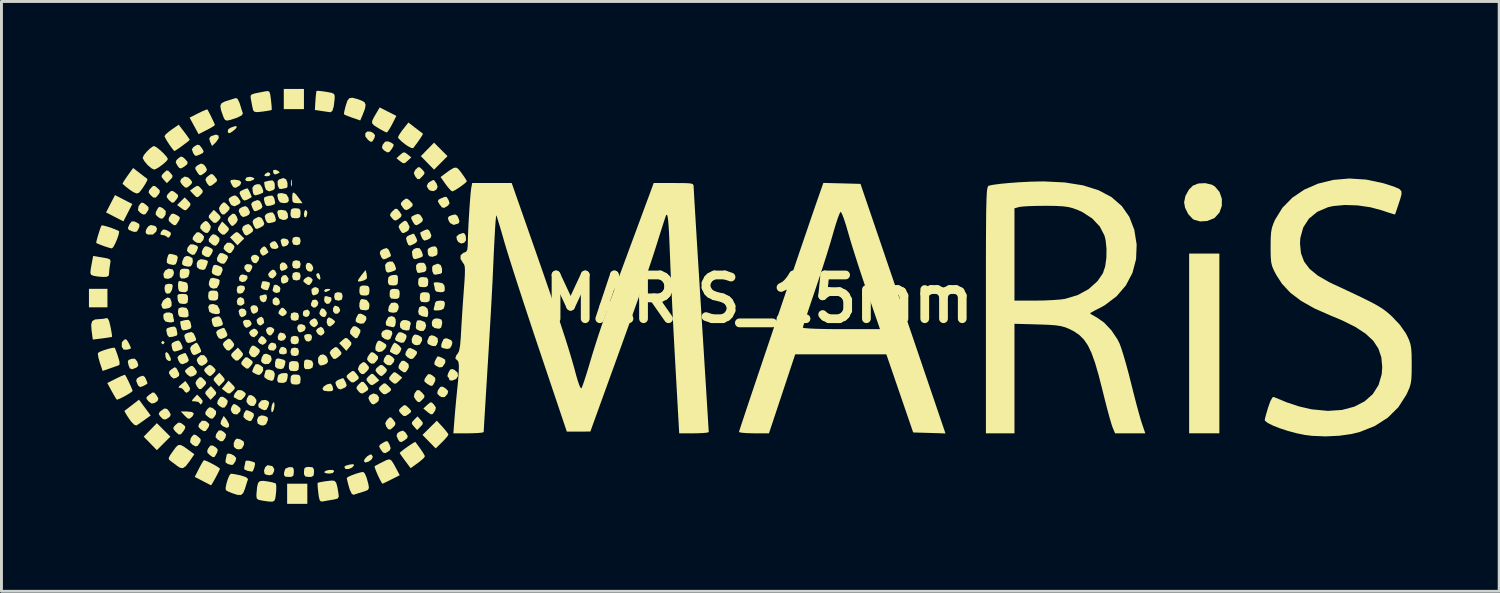
<source format=kicad_pcb>
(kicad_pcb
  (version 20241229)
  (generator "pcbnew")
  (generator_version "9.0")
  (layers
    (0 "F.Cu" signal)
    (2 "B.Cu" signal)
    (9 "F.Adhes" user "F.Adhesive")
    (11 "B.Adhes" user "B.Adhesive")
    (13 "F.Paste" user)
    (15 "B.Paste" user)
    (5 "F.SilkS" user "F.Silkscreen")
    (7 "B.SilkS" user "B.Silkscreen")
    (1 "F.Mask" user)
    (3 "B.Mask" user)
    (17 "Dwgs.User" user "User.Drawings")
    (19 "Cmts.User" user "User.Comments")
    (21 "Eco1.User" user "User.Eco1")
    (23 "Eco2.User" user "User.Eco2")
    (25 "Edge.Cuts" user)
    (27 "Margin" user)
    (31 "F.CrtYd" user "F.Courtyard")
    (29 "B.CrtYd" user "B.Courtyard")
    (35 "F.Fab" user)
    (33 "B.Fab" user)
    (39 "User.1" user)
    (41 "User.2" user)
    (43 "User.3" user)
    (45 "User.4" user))
  (footprint "MARiS_15mm"
    (layer "F.Cu")
    (at 22.981 7.2)
    (property "Reference" "MARiS_15mm" (at 0 0 0) (layer "F.SilkS") (effects (font (size 1.5 1.5) (thickness 0.3))))
    (attr board_only exclude_from_pos_files exclude_from_bom)
    (fp_poly (pts (xy -15.062 -0.808) (xy -15.041 -0.687) (xy -15.074 -0.657) (xy -15.149 -0.721) (xy -15.191 -0.82) (xy -15.163 -0.872) (xy -15.104 -0.887)) (stroke (width 0) (type solid)) (fill yes) (layer "F.SilkS"))
    (fp_poly (pts (xy -22.347 -0.029) (xy -22.347 0.288) (xy -22.664 0.288) (xy -22.981 0.288) (xy -22.981 -0.029) (xy -22.981 -0.346) (xy -22.664 -0.346) (xy -22.347 -0.346)) (stroke (width 0) (type solid)) (fill yes) (layer "F.SilkS"))
    (fp_poly (pts (xy -21.791 -3.407) (xy -21.494 -3.254) (xy -21.647 -2.957) (xy -21.8 -2.66) (xy -22.097 -2.813) (xy -22.394 -2.966) (xy -22.241 -3.263) (xy -22.088 -3.56)) (stroke (width 0) (type solid)) (fill yes) (layer "F.SilkS"))
    (fp_poly (pts (xy -20.421 4.492) (xy -20.189 4.723) (xy -20.421 4.954) (xy -20.652 5.186) (xy -20.878 4.954) (xy -21.104 4.723) (xy -20.878 4.492) (xy -20.652 4.26)) (stroke (width 0) (type solid)) (fill yes) (layer "F.SilkS"))
    (fp_poly (pts (xy -20.391 1.484) (xy -20.389 1.498) (xy -20.433 1.553) (xy -20.447 1.555) (xy -20.503 1.511) (xy -20.504 1.498) (xy -20.46 1.442) (xy -20.447 1.44)) (stroke (width 0) (type solid)) (fill yes) (layer "F.SilkS"))
    (fp_poly (pts (xy -16.775 -4.315) (xy -16.761 -4.259) (xy -16.809 -4.216) (xy -16.883 -4.205) (xy -16.966 -4.217) (xy -16.949 -4.271) (xy -16.934 -4.29) (xy -16.845 -4.345)) (stroke (width 0) (type solid)) (fill yes) (layer "F.SilkS"))
    (fp_poly (pts (xy -16.482 -4.384) (xy -16.44 -4.337) (xy -16.501 -4.299) (xy -16.599 -4.267) (xy -16.642 -4.291) (xy -16.666 -4.349) (xy -16.659 -4.419) (xy -16.581 -4.428)) (stroke (width 0) (type solid)) (fill yes) (layer "F.SilkS"))
    (fp_poly (pts (xy -16.03 -4.075) (xy -16.021 -3.929) (xy -16.03 -3.873) (xy -16.046 -3.855) (xy -16.055 -3.935) (xy -16.056 -3.974) (xy -16.05 -4.079) (xy -16.035 -4.091)) (stroke (width 0) (type solid)) (fill yes) (layer "F.SilkS"))
    (fp_poly (pts (xy -15.609 -6.854) (xy -15.609 -6.508) (xy -15.954 -6.508) (xy -16.3 -6.508) (xy -16.3 -6.854) (xy -16.3 -7.2) (xy -15.954 -7.2) (xy -15.609 -7.2)) (stroke (width 0) (type solid)) (fill yes) (layer "F.SilkS"))
    (fp_poly (pts (xy -15.504 -3.005) (xy -15.493 -2.941) (xy -15.52 -2.831) (xy -15.551 -2.793) (xy -15.594 -2.814) (xy -15.609 -2.905) (xy -15.589 -3.015) (xy -15.551 -3.053)) (stroke (width 0) (type solid)) (fill yes) (layer "F.SilkS"))
    (fp_poly (pts (xy -15.493 6.681) (xy -15.493 7.027) (xy -15.839 7.027) (xy -16.185 7.027) (xy -16.185 6.681) (xy -16.185 6.336) (xy -15.839 6.336) (xy -15.493 6.336)) (stroke (width 0) (type solid)) (fill yes) (layer "F.SilkS"))
    (fp_poly (pts (xy -14.704 -0.336) (xy -14.724 -0.302) (xy -14.745 -0.288) (xy -14.864 -0.234) (xy -14.916 -0.269) (xy -14.917 -0.288) (xy -14.869 -0.333) (xy -14.788 -0.345)) (stroke (width 0) (type solid)) (fill yes) (layer "F.SilkS"))
    (fp_poly (pts (xy -10.917 -5.127) (xy -10.686 -4.896) (xy -10.917 -4.664) (xy -11.148 -4.433) (xy -11.374 -4.664) (xy -11.6 -4.896) (xy -11.374 -5.127) (xy -11.148 -5.358)) (stroke (width 0) (type solid)) (fill yes) (layer "F.SilkS"))
    (fp_poly (pts (xy 15.781 1.526) (xy 15.781 4.608) (xy 15.263 4.608) (xy 14.745 4.608) (xy 14.745 1.526) (xy 14.745 -1.555) (xy 15.263 -1.555) (xy 15.781 -1.555)) (stroke (width 0) (type solid)) (fill yes) (layer "F.SilkS"))
    (fp_poly (pts (xy -20.269 1.861) (xy -20.239 1.907) (xy -20.173 2.047) (xy -20.175 2.115) (xy -20.238 2.131) (xy -20.314 2.083) (xy -20.351 2.006) (xy -20.365 1.874) (xy -20.332 1.82)) (stroke (width 0) (type solid)) (fill yes) (layer "F.SilkS"))
    (fp_poly (pts (xy -19.45 3.877) (xy -19.384 3.932) (xy -19.427 4.021) (xy -19.459 4.053) (xy -19.536 4.109) (xy -19.602 4.094) (xy -19.698 4.003) (xy -19.833 3.859) (xy -19.625 3.859)) (stroke (width 0) (type solid)) (fill yes) (layer "F.SilkS"))
    (fp_poly (pts (xy -17.874 -2.281) (xy -17.782 -2.199) (xy -17.656 -2.073) (xy -17.773 -1.957) (xy -17.89 -1.84) (xy -18.017 -1.976) (xy -18.145 -2.112) (xy -18.027 -2.218) (xy -17.939 -2.288)) (stroke (width 0) (type solid)) (fill yes) (layer "F.SilkS"))
    (fp_poly (pts (xy -17.692 -0.021) (xy -17.659 0.034) (xy -17.651 0.16) (xy -17.739 0.224) (xy -17.801 0.23) (xy -17.889 0.195) (xy -17.912 0.086) (xy -17.873 -0.023) (xy -17.784 -0.062)) (stroke (width 0) (type solid)) (fill yes) (layer "F.SilkS"))
    (fp_poly (pts (xy -16.479 -0.01) (xy -16.434 0.092) (xy -16.447 0.178) (xy -16.532 0.228) (xy -16.634 0.204) (xy -16.681 0.147) (xy -16.684 0.024) (xy -16.607 -0.05) (xy -16.562 -0.058)) (stroke (width 0) (type solid)) (fill yes) (layer "F.SilkS"))
    (fp_poly (pts (xy -15.416 0.428) (xy -15.407 0.494) (xy -15.448 0.589) (xy -15.537 0.623) (xy -15.624 0.583) (xy -15.646 0.546) (xy -15.639 0.438) (xy -15.603 0.398) (xy -15.484 0.364)) (stroke (width 0) (type solid)) (fill yes) (layer "F.SilkS"))
    (fp_poly (pts (xy -15.366 1.22) (xy -15.332 1.303) (xy -15.356 1.411) (xy -15.437 1.463) (xy -15.53 1.447) (xy -15.583 1.372) (xy -15.605 1.268) (xy -15.559 1.222) (xy -15.465 1.201)) (stroke (width 0) (type solid)) (fill yes) (layer "F.SilkS"))
    (fp_poly (pts (xy -15.16 0.049) (xy -15.114 0.13) (xy -15.141 0.228) (xy -15.218 0.294) (xy -15.281 0.299) (xy -15.362 0.237) (xy -15.367 0.158) (xy -15.315 0.039) (xy -15.216 0.022)) (stroke (width 0) (type solid)) (fill yes) (layer "F.SilkS"))
    (fp_poly (pts (xy -14.416 0.276) (xy -14.367 0.374) (xy -14.375 0.422) (xy -14.45 0.505) (xy -14.546 0.505) (xy -14.608 0.435) (xy -14.613 0.325) (xy -14.564 0.244) (xy -14.525 0.231)) (stroke (width 0) (type solid)) (fill yes) (layer "F.SilkS"))
    (fp_poly (pts (xy -19.581 -3.364) (xy -19.503 -3.275) (xy -19.505 -3.207) (xy -19.569 -3.126) (xy -19.648 -3.046) (xy -19.713 -3.043) (xy -19.816 -3.113) (xy -19.957 -3.22) (xy -19.828 -3.351) (xy -19.698 -3.481)) (stroke (width 0) (type solid)) (fill yes) (layer "F.SilkS"))
    (fp_poly (pts (xy -18.69 3.11) (xy -18.618 3.201) (xy -18.626 3.267) (xy -18.697 3.345) (xy -18.812 3.46) (xy -18.92 3.341) (xy -18.992 3.249) (xy -18.984 3.184) (xy -18.913 3.106) (xy -18.798 2.991)) (stroke (width 0) (type solid)) (fill yes) (layer "F.SilkS"))
    (fp_poly (pts (xy -18.538 -5.602) (xy -18.532 -5.509) (xy -18.622 -5.378) (xy -18.63 -5.37) (xy -18.76 -5.245) (xy -18.824 -5.386) (xy -18.858 -5.498) (xy -18.815 -5.564) (xy -18.778 -5.586) (xy -18.626 -5.635)) (stroke (width 0) (type solid)) (fill yes) (layer "F.SilkS"))
    (fp_poly (pts (xy -18.402 2.649) (xy -18.33 2.741) (xy -18.338 2.806) (xy -18.409 2.884) (xy -18.524 2.999) (xy -18.632 2.88) (xy -18.704 2.789) (xy -18.696 2.723) (xy -18.625 2.645) (xy -18.51 2.53)) (stroke (width 0) (type solid)) (fill yes) (layer "F.SilkS"))
    (fp_poly (pts (xy -18.252 4.152) (xy -18.177 4.295) (xy -18.183 4.391) (xy -18.259 4.422) (xy -18.388 4.365) (xy -18.397 4.359) (xy -18.468 4.285) (xy -18.455 4.195) (xy -18.431 4.147) (xy -18.359 4.013)) (stroke (width 0) (type solid)) (fill yes) (layer "F.SilkS"))
    (fp_poly (pts (xy -17.914 -5.889) (xy -17.957 -5.828) (xy -18.053 -5.747) (xy -18.153 -5.684) (xy -18.203 -5.695) (xy -18.223 -5.734) (xy -18.203 -5.822) (xy -18.109 -5.877) (xy -17.979 -5.922) (xy -17.924 -5.925)) (stroke (width 0) (type solid)) (fill yes) (layer "F.SilkS"))
    (fp_poly (pts (xy -17.641 0.348) (xy -17.583 0.431) (xy -17.588 0.532) (xy -17.633 0.582) (xy -17.739 0.629) (xy -17.801 0.585) (xy -17.82 0.542) (xy -17.851 0.417) (xy -17.808 0.353) (xy -17.742 0.329)) (stroke (width 0) (type solid)) (fill yes) (layer "F.SilkS"))
    (fp_poly (pts (xy -17.446 -1.183) (xy -17.413 -1.165) (xy -17.375 -1.104) (xy -17.413 -0.998) (xy -17.476 -0.913) (xy -17.548 -0.924) (xy -17.582 -0.947) (xy -17.656 -1.047) (xy -17.642 -1.14) (xy -17.564 -1.196)) (stroke (width 0) (type solid)) (fill yes) (layer "F.SilkS"))
    (fp_poly (pts (xy -17.386 -4.173) (xy -17.307 -4.135) (xy -17.332 -4.091) (xy -17.343 -4.084) (xy -17.458 -4.04) (xy -17.568 -4.039) (xy -17.624 -4.078) (xy -17.624 -4.086) (xy -17.578 -4.167) (xy -17.46 -4.188)) (stroke (width 0) (type solid)) (fill yes) (layer "F.SilkS"))
    (fp_poly (pts (xy -17.312 3.359) (xy -17.237 3.466) (xy -17.247 3.561) (xy -17.319 3.669) (xy -17.432 3.669) (xy -17.522 3.614) (xy -17.583 3.519) (xy -17.563 3.413) (xy -17.5 3.305) (xy -17.416 3.297)) (stroke (width 0) (type solid)) (fill yes) (layer "F.SilkS"))
    (fp_poly (pts (xy -17.238 0.233) (xy -17.18 0.316) (xy -17.185 0.417) (xy -17.23 0.467) (xy -17.336 0.514) (xy -17.397 0.47) (xy -17.417 0.427) (xy -17.448 0.302) (xy -17.405 0.238) (xy -17.339 0.214)) (stroke (width 0) (type solid)) (fill yes) (layer "F.SilkS"))
    (fp_poly (pts (xy -17.215 -1.494) (xy -17.139 -1.426) (xy -17.161 -1.329) (xy -17.165 -1.322) (xy -17.246 -1.223) (xy -17.333 -1.236) (xy -17.394 -1.296) (xy -17.432 -1.404) (xy -17.386 -1.489) (xy -17.284 -1.516)) (stroke (width 0) (type solid)) (fill yes) (layer "F.SilkS"))
    (fp_poly (pts (xy -17.005 0.666) (xy -16.995 0.683) (xy -16.973 0.803) (xy -17.005 0.855) (xy -17.104 0.917) (xy -17.183 0.87) (xy -17.215 0.818) (xy -17.234 0.718) (xy -17.161 0.645) (xy -17.067 0.609)) (stroke (width 0) (type solid)) (fill yes) (layer "F.SilkS"))
    (fp_poly (pts (xy -16.697 0.982) (xy -16.624 1.043) (xy -16.643 1.126) (xy -16.66 1.154) (xy -16.74 1.251) (xy -16.812 1.245) (xy -16.876 1.181) (xy -16.914 1.073) (xy -16.867 0.988) (xy -16.766 0.96)) (stroke (width 0) (type solid)) (fill yes) (layer "F.SilkS"))
    (fp_poly (pts (xy -16.63 3.549) (xy -16.617 3.644) (xy -16.637 3.775) (xy -16.678 3.872) (xy -16.716 3.884) (xy -16.718 3.881) (xy -16.732 3.786) (xy -16.711 3.655) (xy -16.671 3.557) (xy -16.632 3.546)) (stroke (width 0) (type solid)) (fill yes) (layer "F.SilkS"))
    (fp_poly (pts (xy -16.579 1.535) (xy -16.55 1.64) (xy -16.565 1.694) (xy -16.639 1.773) (xy -16.771 1.76) (xy -16.798 1.749) (xy -16.843 1.684) (xy -16.823 1.589) (xy -16.755 1.513) (xy -16.7 1.498)) (stroke (width 0) (type solid)) (fill yes) (layer "F.SilkS"))
    (fp_poly (pts (xy -16.277 1.188) (xy -16.222 1.281) (xy -16.226 1.328) (xy -16.294 1.414) (xy -16.402 1.44) (xy -16.493 1.396) (xy -16.498 1.388) (xy -16.508 1.297) (xy -16.472 1.198) (xy -16.414 1.152)) (stroke (width 0) (type solid)) (fill yes) (layer "F.SilkS"))
    (fp_poly (pts (xy -16.267 -1.243) (xy -16.189 -1.16) (xy -16.167 -1.07) (xy -16.236 -1.007) (xy -16.268 -0.991) (xy -16.372 -0.959) (xy -16.421 -1.006) (xy -16.436 -1.053) (xy -16.432 -1.183) (xy -16.363 -1.251)) (stroke (width 0) (type solid)) (fill yes) (layer "F.SilkS"))
    (fp_poly (pts (xy -16.226 1.689) (xy -16.195 1.771) (xy -16.202 1.867) (xy -16.283 1.899) (xy -16.329 1.901) (xy -16.439 1.883) (xy -16.466 1.81) (xy -16.462 1.771) (xy -16.405 1.663) (xy -16.329 1.641)) (stroke (width 0) (type solid)) (fill yes) (layer "F.SilkS"))
    (fp_poly (pts (xy -16.206 -0.8) (xy -16.133 -0.692) (xy -16.158 -0.593) (xy -16.218 -0.553) (xy -16.322 -0.522) (xy -16.371 -0.553) (xy -16.394 -0.605) (xy -16.396 -0.717) (xy -16.336 -0.801) (xy -16.247 -0.821)) (stroke (width 0) (type solid)) (fill yes) (layer "F.SilkS"))
    (fp_poly (pts (xy -16.161 -2.034) (xy -16.122 -1.945) (xy -16.163 -1.854) (xy -16.218 -1.82) (xy -16.314 -1.79) (xy -16.356 -1.819) (xy -16.38 -1.877) (xy -16.411 -2.006) (xy -16.364 -2.063) (xy -16.271 -2.073)) (stroke (width 0) (type solid)) (fill yes) (layer "F.SilkS"))
    (fp_poly (pts (xy -15.88 -3.584) (xy -15.78 -3.454) (xy -15.658 -3.283) (xy -15.835 -3.283) (xy -15.953 -3.294) (xy -16.002 -3.348) (xy -16.012 -3.482) (xy -16.012 -3.488) (xy -16 -3.619) (xy -15.959 -3.651)) (stroke (width 0) (type solid)) (fill yes) (layer "F.SilkS"))
    (fp_poly (pts (xy -15.115 -0.362) (xy -15.091 -0.271) (xy -15.133 -0.18) (xy -15.181 -0.15) (xy -15.277 -0.12) (xy -15.32 -0.149) (xy -15.343 -0.207) (xy -15.352 -0.332) (xy -15.264 -0.397) (xy -15.202 -0.403)) (stroke (width 0) (type solid)) (fill yes) (layer "F.SilkS"))
    (fp_poly (pts (xy -14.932 0.337) (xy -14.9 0.359) (xy -14.827 0.465) (xy -14.834 0.534) (xy -14.888 0.62) (xy -14.969 0.614) (xy -15.029 0.579) (xy -15.082 0.503) (xy -15.057 0.405) (xy -15.003 0.322)) (stroke (width 0) (type solid)) (fill yes) (layer "F.SilkS"))
    (fp_poly (pts (xy -14.611 5.863) (xy -14.572 5.914) (xy -14.623 5.971) (xy -14.745 5.99) (xy -14.866 5.975) (xy -14.917 5.94) (xy -14.917 5.939) (xy -14.867 5.896) (xy -14.747 5.863) (xy -14.745 5.863)) (stroke (width 0) (type solid)) (fill yes) (layer "F.SilkS"))
    (fp_poly (pts (xy -14.127 1.348) (xy -14.055 1.415) (xy -13.982 1.501) (xy -13.987 1.57) (xy -14.05 1.653) (xy -14.154 1.78) (xy -14.277 1.648) (xy -14.401 1.517) (xy -14.283 1.41) (xy -14.192 1.339)) (stroke (width 0) (type solid)) (fill yes) (layer "F.SilkS"))
    (fp_poly (pts (xy -13.246 5.414) (xy -13.292 5.508) (xy -13.387 5.575) (xy -13.5 5.61) (xy -13.549 5.574) (xy -13.55 5.571) (xy -13.528 5.492) (xy -13.447 5.403) (xy -13.352 5.34) (xy -13.291 5.336)) (stroke (width 0) (type solid)) (fill yes) (layer "F.SilkS"))
    (fp_poly (pts (xy -12.055 -4.956) (xy -11.928 -4.853) (xy -12.055 -4.735) (xy -12.15 -4.656) (xy -12.221 -4.656) (xy -12.308 -4.72) (xy -12.435 -4.823) (xy -12.308 -4.942) (xy -12.213 -5.02) (xy -12.143 -5.02)) (stroke (width 0) (type solid)) (fill yes) (layer "F.SilkS"))
    (fp_poly (pts (xy -11.606 4.147) (xy -11.534 4.238) (xy -11.542 4.304) (xy -11.613 4.381) (xy -11.728 4.497) (xy -11.836 4.377) (xy -11.908 4.286) (xy -11.9 4.221) (xy -11.829 4.143) (xy -11.714 4.028)) (stroke (width 0) (type solid)) (fill yes) (layer "F.SilkS"))
    (fp_poly (pts (xy -20.704 -2.5) (xy -20.646 -2.412) (xy -20.673 -2.311) (xy -20.784 -2.209) (xy -20.946 -2.206) (xy -21.005 -2.226) (xy -21.04 -2.289) (xy -21.015 -2.389) (xy -20.949 -2.485) (xy -20.864 -2.533) (xy -20.855 -2.533)) (stroke (width 0) (type solid)) (fill yes) (layer "F.SilkS"))
    (fp_poly (pts (xy -20.264 -4.397) (xy -20.188 -4.32) (xy -20.116 -4.229) (xy -20.124 -4.163) (xy -20.195 -4.085) (xy -20.31 -3.97) (xy -20.418 -4.089) (xy -20.49 -4.18) (xy -20.482 -4.246) (xy -20.411 -4.324) (xy -20.324 -4.402)) (stroke (width 0) (type solid)) (fill yes) (layer "F.SilkS"))
    (fp_poly (pts (xy -20.109 -1.011) (xy -20.066 -0.921) (xy -20.082 -0.816) (xy -20.151 -0.728) (xy -20.267 -0.687) (xy -20.377 -0.705) (xy -20.412 -0.739) (xy -20.429 -0.858) (xy -20.369 -0.974) (xy -20.261 -1.035) (xy -20.242 -1.037)) (stroke (width 0) (type solid)) (fill yes) (layer "F.SilkS"))
    (fp_poly (pts (xy -19.539 -1.46) (xy -19.432 -1.398) (xy -19.417 -1.28) (xy -19.445 -1.185) (xy -19.491 -1.119) (xy -19.58 -1.107) (xy -19.715 -1.134) (xy -19.788 -1.188) (xy -19.78 -1.286) (xy -19.721 -1.426) (xy -19.64 -1.474)) (stroke (width 0) (type solid)) (fill yes) (layer "F.SilkS"))
    (fp_poly (pts (xy -19.031 1.931) (xy -18.946 2.022) (xy -18.908 2.131) (xy -18.955 2.206) (xy -18.982 2.227) (xy -19.097 2.295) (xy -19.177 2.278) (xy -19.241 2.213) (xy -19.286 2.102) (xy -19.256 2.025) (xy -19.148 1.926)) (stroke (width 0) (type solid)) (fill yes) (layer "F.SilkS"))
    (fp_poly (pts (xy -18.58 0.219) (xy -18.502 0.358) (xy -18.489 0.475) (xy -18.534 0.515) (xy -18.639 0.52) (xy -18.758 0.495) (xy -18.844 0.447) (xy -18.857 0.427) (xy -18.892 0.274) (xy -18.843 0.193) (xy -18.726 0.173)) (stroke (width 0) (type solid)) (fill yes) (layer "F.SilkS"))
    (fp_poly (pts (xy -18.565 -2.928) (xy -18.478 -2.835) (xy -18.471 -2.77) (xy -18.526 -2.697) (xy -18.624 -2.609) (xy -18.703 -2.612) (xy -18.805 -2.707) (xy -18.875 -2.797) (xy -18.865 -2.866) (xy -18.804 -2.938) (xy -18.699 -3.054)) (stroke (width 0) (type solid)) (fill yes) (layer "F.SilkS"))
    (fp_poly (pts (xy -18.279 -2.527) (xy -18.191 -2.433) (xy -18.183 -2.368) (xy -18.238 -2.294) (xy -18.335 -2.205) (xy -18.413 -2.208) (xy -18.501 -2.283) (xy -18.562 -2.362) (xy -18.551 -2.44) (xy -18.505 -2.516) (xy -18.414 -2.654)) (stroke (width 0) (type solid)) (fill yes) (layer "F.SilkS"))
    (fp_poly (pts (xy -18.07 2.927) (xy -17.986 3.019) (xy -17.983 3.081) (xy -18.056 3.163) (xy -18.058 3.165) (xy -18.148 3.241) (xy -18.221 3.234) (xy -18.298 3.18) (xy -18.424 3.081) (xy -18.309 2.942) (xy -18.195 2.802)) (stroke (width 0) (type solid)) (fill yes) (layer "F.SilkS"))
    (fp_poly (pts (xy -17.97 3.611) (xy -17.883 3.663) (xy -17.788 3.746) (xy -17.784 3.83) (xy -17.8 3.865) (xy -17.899 3.962) (xy -18.015 3.95) (xy -18.082 3.891) (xy -18.121 3.789) (xy -18.087 3.69) (xy -18.034 3.611)) (stroke (width 0) (type solid)) (fill yes) (layer "F.SilkS"))
    (fp_poly (pts (xy -17.823 -4.063) (xy -17.758 -3.998) (xy -17.792 -3.911) (xy -17.828 -3.879) (xy -17.949 -3.81) (xy -18.028 -3.831) (xy -18.083 -3.913) (xy -18.135 -4.029) (xy -18.107 -4.079) (xy -17.983 -4.089) (xy -17.973 -4.089)) (stroke (width 0) (type solid)) (fill yes) (layer "F.SilkS"))
    (fp_poly (pts (xy -17.769 1.785) (xy -17.699 1.876) (xy -17.709 1.944) (xy -17.768 2.016) (xy -17.871 2.111) (xy -17.951 2.113) (xy -18.047 2.026) (xy -18.106 1.946) (xy -18.091 1.88) (xy -18.009 1.795) (xy -17.874 1.669)) (stroke (width 0) (type solid)) (fill yes) (layer "F.SilkS"))
    (fp_poly (pts (xy -17.657 -0.442) (xy -17.631 -0.366) (xy -17.635 -0.331) (xy -17.7 -0.215) (xy -17.783 -0.183) (xy -17.88 -0.191) (xy -17.911 -0.273) (xy -17.912 -0.313) (xy -17.89 -0.424) (xy -17.801 -0.46) (xy -17.764 -0.461)) (stroke (width 0) (type solid)) (fill yes) (layer "F.SilkS"))
    (fp_poly (pts (xy -17.491 0.718) (xy -17.445 0.757) (xy -17.4 0.852) (xy -17.436 0.916) (xy -17.502 0.961) (xy -17.589 0.994) (xy -17.648 0.939) (xy -17.672 0.892) (xy -17.704 0.786) (xy -17.659 0.733) (xy -17.615 0.717)) (stroke (width 0) (type solid)) (fill yes) (layer "F.SilkS"))
    (fp_poly (pts (xy -17.246 1.048) (xy -17.226 1.066) (xy -17.175 1.149) (xy -17.219 1.235) (xy -17.315 1.316) (xy -17.402 1.29) (xy -17.453 1.237) (xy -17.493 1.156) (xy -17.439 1.084) (xy -17.417 1.067) (xy -17.321 1.016)) (stroke (width 0) (type solid)) (fill yes) (layer "F.SilkS"))
    (fp_poly (pts (xy -16.969 4.006) (xy -16.86 4.052) (xy -16.843 4.131) (xy -16.852 4.168) (xy -16.908 4.298) (xy -16.994 4.341) (xy -17.092 4.333) (xy -17.197 4.271) (xy -17.217 4.152) (xy -17.172 4.043) (xy -17.075 3.994)) (stroke (width 0) (type solid)) (fill yes) (layer "F.SilkS"))
    (fp_poly (pts (xy -16.898 -0.148) (xy -16.876 -0.056) (xy -16.876 -0.035) (xy -16.913 0.08) (xy -16.998 0.119) (xy -17.085 0.076) (xy -17.123 0) (xy -17.128 -0.092) (xy -17.105 -0.115) (xy -17.014 -0.134) (xy -16.967 -0.15)) (stroke (width 0) (type solid)) (fill yes) (layer "F.SilkS"))
    (fp_poly (pts (xy -16.878 1.883) (xy -16.747 1.948) (xy -16.715 2.058) (xy -16.732 2.132) (xy -16.812 2.227) (xy -16.943 2.238) (xy -17.036 2.197) (xy -17.081 2.126) (xy -17.054 2.001) (xy -16.987 1.894) (xy -16.89 1.881)) (stroke (width 0) (type solid)) (fill yes) (layer "F.SilkS"))
    (fp_poly (pts (xy -16.691 5.733) (xy -16.628 5.828) (xy -16.632 5.907) (xy -16.689 6.02) (xy -16.793 6.048) (xy -16.912 6.025) (xy -16.962 5.99) (xy -16.978 5.885) (xy -16.938 5.772) (xy -16.867 5.705) (xy -16.848 5.702)) (stroke (width 0) (type solid)) (fill yes) (layer "F.SilkS"))
    (fp_poly (pts (xy -16.62 -0.986) (xy -16.589 -0.952) (xy -16.545 -0.859) (xy -16.588 -0.778) (xy -16.684 -0.699) (xy -16.771 -0.727) (xy -16.811 -0.769) (xy -16.839 -0.85) (xy -16.77 -0.942) (xy -16.769 -0.943) (xy -16.681 -1.007)) (stroke (width 0) (type solid)) (fill yes) (layer "F.SilkS"))
    (fp_poly (pts (xy -16.538 -1.915) (xy -16.533 -1.905) (xy -16.481 -1.794) (xy -16.499 -1.742) (xy -16.589 -1.711) (xy -16.71 -1.727) (xy -16.762 -1.788) (xy -16.785 -1.886) (xy -16.708 -1.956) (xy -16.706 -1.957) (xy -16.606 -1.984)) (stroke (width 0) (type solid)) (fill yes) (layer "F.SilkS"))
    (fp_poly (pts (xy -16.53 -0.477) (xy -16.436 -0.409) (xy -16.415 -0.342) (xy -16.443 -0.233) (xy -16.54 -0.206) (xy -16.606 -0.217) (xy -16.682 -0.272) (xy -16.678 -0.327) (xy -16.649 -0.431) (xy -16.645 -0.46) (xy -16.599 -0.486)) (stroke (width 0) (type solid)) (fill yes) (layer "F.SilkS"))
    (fp_poly (pts (xy -16.308 0.316) (xy -16.258 0.363) (xy -16.193 0.447) (xy -16.216 0.514) (xy -16.244 0.544) (xy -16.334 0.596) (xy -16.423 0.556) (xy -16.486 0.489) (xy -16.462 0.41) (xy -16.437 0.375) (xy -16.369 0.299)) (stroke (width 0) (type solid)) (fill yes) (layer "F.SilkS"))
    (fp_poly (pts (xy -16.217 -4.097) (xy -16.172 -3.974) (xy -16.173 -3.84) (xy -16.219 -3.801) (xy -16.335 -3.782) (xy -16.379 -3.767) (xy -16.457 -3.78) (xy -16.507 -3.889) (xy -16.512 -4.036) (xy -16.466 -4.095) (xy -16.318 -4.148)) (stroke (width 0) (type solid)) (fill yes) (layer "F.SilkS"))
    (fp_poly (pts (xy -15.585 0.904) (xy -15.546 0.992) (xy -15.587 1.084) (xy -15.642 1.117) (xy -15.733 1.148) (xy -15.776 1.137) (xy -15.801 1.114) (xy -15.834 1.029) (xy -15.839 0.97) (xy -15.799 0.885) (xy -15.695 0.864)) (stroke (width 0) (type solid)) (fill yes) (layer "F.SilkS"))
    (fp_poly (pts (xy -15.413 -1.233) (xy -15.329 -1.163) (xy -15.289 -1.064) (xy -15.295 -1.021) (xy -15.343 -0.94) (xy -15.422 -0.939) (xy -15.479 -0.96) (xy -15.538 -1.034) (xy -15.547 -1.148) (xy -15.503 -1.233) (xy -15.502 -1.233)) (stroke (width 0) (type solid)) (fill yes) (layer "F.SilkS"))
    (fp_poly (pts (xy -15.19 0.694) (xy -15.164 0.728) (xy -15.123 0.834) (xy -15.156 0.902) (xy -15.246 0.973) (xy -15.334 0.939) (xy -15.383 0.887) (xy -15.427 0.805) (xy -15.38 0.736) (xy -15.348 0.712) (xy -15.255 0.661)) (stroke (width 0) (type solid)) (fill yes) (layer "F.SilkS"))
    (fp_poly (pts (xy -14.962 0.997) (xy -14.942 1.024) (xy -14.901 1.135) (xy -14.929 1.195) (xy -15.018 1.262) (xy -15.107 1.224) (xy -15.153 1.174) (xy -15.197 1.092) (xy -15.148 1.023) (xy -15.122 1.003) (xy -15.03 0.955)) (stroke (width 0) (type solid)) (fill yes) (layer "F.SilkS"))
    (fp_poly (pts (xy -14.851 1.955) (xy -14.806 2.03) (xy -14.781 2.149) (xy -14.834 2.222) (xy -14.959 2.272) (xy -15.058 2.28) (xy -15.111 2.206) (xy -15.125 2.157) (xy -15.122 2.015) (xy -15.052 1.925) (xy -14.951 1.9)) (stroke (width 0) (type solid)) (fill yes) (layer "F.SilkS"))
    (fp_poly (pts (xy -14.826 -0.093) (xy -14.72 -0.062) (xy -14.688 -0.058) (xy -14.662 -0.012) (xy -14.67 0.058) (xy -14.736 0.158) (xy -14.827 0.172) (xy -14.9 0.107) (xy -14.917 0.023) (xy -14.9 -0.084) (xy -14.839 -0.097)) (stroke (width 0) (type solid)) (fill yes) (layer "F.SilkS"))
    (fp_poly (pts (xy -13.891 5.704) (xy -13.892 5.708) (xy -13.959 5.784) (xy -14.069 5.831) (xy -14.17 5.834) (xy -14.201 5.811) (xy -14.223 5.757) (xy -14.186 5.722) (xy -14.064 5.686) (xy -14.033 5.679) (xy -13.916 5.665)) (stroke (width 0) (type solid)) (fill yes) (layer "F.SilkS"))
    (fp_poly (pts (xy -13.459 -0.856) (xy -13.447 -0.738) (xy -13.465 -0.684) (xy -13.552 -0.635) (xy -13.662 -0.603) (xy -13.746 -0.598) (xy -13.763 -0.615) (xy -13.729 -0.687) (xy -13.646 -0.803) (xy -13.628 -0.826) (xy -13.494 -0.99)) (stroke (width 0) (type solid)) (fill yes) (layer "F.SilkS"))
    (fp_poly (pts (xy -13.316 -5.735) (xy -13.232 -5.688) (xy -13.171 -5.616) (xy -13.189 -5.525) (xy -13.211 -5.483) (xy -13.269 -5.393) (xy -13.326 -5.39) (xy -13.413 -5.454) (xy -13.505 -5.574) (xy -13.505 -5.68) (xy -13.435 -5.742)) (stroke (width 0) (type solid)) (fill yes) (layer "F.SilkS"))
    (fp_poly (pts (xy -13.102 3.282) (xy -13.035 3.376) (xy -13.047 3.489) (xy -13.105 3.551) (xy -13.214 3.618) (xy -13.284 3.601) (xy -13.354 3.506) (xy -13.4 3.4) (xy -13.365 3.32) (xy -13.343 3.297) (xy -13.222 3.241)) (stroke (width 0) (type solid)) (fill yes) (layer "F.SilkS"))
    (fp_poly (pts (xy -12.703 1.06) (xy -12.595 1.105) (xy -12.578 1.184) (xy -12.588 1.226) (xy -12.645 1.363) (xy -12.722 1.405) (xy -12.83 1.378) (xy -12.938 1.296) (xy -12.958 1.191) (xy -12.906 1.099) (xy -12.793 1.052)) (stroke (width 0) (type solid)) (fill yes) (layer "F.SilkS"))
    (fp_poly (pts (xy -12.374 2.589) (xy -12.239 2.7) (xy -12.359 2.822) (xy -12.45 2.902) (xy -12.517 2.903) (xy -12.602 2.839) (xy -12.684 2.76) (xy -12.685 2.696) (xy -12.617 2.607) (xy -12.537 2.521) (xy -12.473 2.516)) (stroke (width 0) (type solid)) (fill yes) (layer "F.SilkS"))
    (fp_poly (pts (xy -10.918 -1.159) (xy -10.873 -1.037) (xy -10.875 -0.902) (xy -10.92 -0.864) (xy -11.036 -0.844) (xy -11.08 -0.83) (xy -11.159 -0.842) (xy -11.208 -0.951) (xy -11.213 -1.099) (xy -11.167 -1.157) (xy -11.02 -1.21)) (stroke (width 0) (type solid)) (fill yes) (layer "F.SilkS"))
    (fp_poly (pts (xy -10.09 -2.226) (xy -10.058 -2.148) (xy -10.051 -2.011) (xy -10.116 -1.924) (xy -10.217 -1.9) (xy -10.317 -1.953) (xy -10.363 -2.03) (xy -10.381 -2.133) (xy -10.317 -2.199) (xy -10.26 -2.227) (xy -10.148 -2.264)) (stroke (width 0) (type solid)) (fill yes) (layer "F.SilkS"))
    (fp_poly (pts (xy -21.668 1.427) (xy -21.609 1.528) (xy -21.558 1.636) (xy -21.541 1.695) (xy -21.59 1.719) (xy -21.681 1.741) (xy -21.793 1.738) (xy -21.849 1.652) (xy -21.857 1.624) (xy -21.851 1.482) (xy -21.767 1.395) (xy -21.709 1.383)) (stroke (width 0) (type solid)) (fill yes) (layer "F.SilkS"))
    (fp_poly (pts (xy -21.113 -3.291) (xy -21.031 -3.233) (xy -20.94 -3.149) (xy -20.936 -3.072) (xy -20.973 -3.004) (xy -21.045 -2.905) (xy -21.113 -2.893) (xy -21.21 -2.942) (xy -21.301 -3.042) (xy -21.282 -3.173) (xy -21.239 -3.241) (xy -21.179 -3.302)) (stroke (width 0) (type solid)) (fill yes) (layer "F.SilkS"))
    (fp_poly (pts (xy -20.722 -3.871) (xy -20.637 -3.807) (xy -20.553 -3.722) (xy -20.554 -3.648) (xy -20.597 -3.579) (xy -20.691 -3.475) (xy -20.775 -3.476) (xy -20.871 -3.563) (xy -20.935 -3.649) (xy -20.92 -3.721) (xy -20.866 -3.791) (xy -20.786 -3.873)) (stroke (width 0) (type solid)) (fill yes) (layer "F.SilkS"))
    (fp_poly (pts (xy -20.301 3.773) (xy -20.223 3.869) (xy -20.176 3.971) (xy -20.211 4.04) (xy -20.249 4.071) (xy -20.361 4.137) (xy -20.443 4.12) (xy -20.525 4.041) (xy -20.588 3.954) (xy -20.565 3.888) (xy -20.515 3.84) (xy -20.393 3.756)) (stroke (width 0) (type solid)) (fill yes) (layer "F.SilkS"))
    (fp_poly (pts (xy -20.141 -0.509) (xy -20.107 -0.458) (xy -20.128 -0.336) (xy -20.137 -0.302) (xy -20.203 -0.194) (xy -20.299 -0.178) (xy -20.351 -0.211) (xy -20.381 -0.294) (xy -20.389 -0.384) (xy -20.363 -0.487) (xy -20.263 -0.518) (xy -20.245 -0.518)) (stroke (width 0) (type solid)) (fill yes) (layer "F.SilkS"))
    (fp_poly (pts (xy -19.643 -0.162) (xy -19.591 -0.108) (xy -19.583 0) (xy -19.597 0.123) (xy -19.664 0.168) (xy -19.749 0.173) (xy -19.871 0.154) (xy -19.926 0.074) (xy -19.941 0) (xy -19.948 -0.118) (xy -19.902 -0.164) (xy -19.774 -0.173)) (stroke (width 0) (type solid)) (fill yes) (layer "F.SilkS"))
    (fp_poly (pts (xy -19.576 2.947) (xy -19.512 3.069) (xy -19.536 3.152) (xy -19.63 3.221) (xy -19.701 3.177) (xy -19.719 3.139) (xy -19.798 3.064) (xy -19.855 3.051) (xy -19.912 3.038) (xy -19.885 2.992) (xy -19.816 2.932) (xy -19.676 2.814)) (stroke (width 0) (type solid)) (fill yes) (layer "F.SilkS"))
    (fp_poly (pts (xy -19.572 -1.025) (xy -19.532 -0.968) (xy -19.536 -0.878) (xy -19.577 -0.755) (xy -19.686 -0.705) (xy -19.712 -0.702) (xy -19.823 -0.702) (xy -19.865 -0.761) (xy -19.871 -0.86) (xy -19.857 -0.984) (xy -19.793 -1.031) (xy -19.694 -1.037)) (stroke (width 0) (type solid)) (fill yes) (layer "F.SilkS"))
    (fp_poly (pts (xy -19.419 2.304) (xy -19.347 2.382) (xy -19.277 2.498) (xy -19.306 2.581) (xy -19.406 2.647) (xy -19.509 2.667) (xy -19.611 2.592) (xy -19.617 2.586) (xy -19.686 2.498) (xy -19.675 2.438) (xy -19.585 2.363) (xy -19.483 2.296)) (stroke (width 0) (type solid)) (fill yes) (layer "F.SilkS"))
    (fp_poly (pts (xy -19.392 -1.867) (xy -19.27 -1.821) (xy -19.24 -1.762) (xy -19.281 -1.649) (xy -19.284 -1.642) (xy -19.357 -1.524) (xy -19.441 -1.51) (xy -19.55 -1.574) (xy -19.62 -1.651) (xy -19.603 -1.746) (xy -19.587 -1.778) (xy -19.504 -1.871)) (stroke (width 0) (type solid)) (fill yes) (layer "F.SilkS"))
    (fp_poly (pts (xy -19.322 4.663) (xy -19.243 4.719) (xy -19.154 4.802) (xy -19.151 4.878) (xy -19.187 4.944) (xy -19.259 5.043) (xy -19.327 5.056) (xy -19.424 5.006) (xy -19.514 4.91) (xy -19.494 4.785) (xy -19.449 4.714) (xy -19.388 4.652)) (stroke (width 0) (type solid)) (fill yes) (layer "F.SilkS"))
    (fp_poly (pts (xy -19.214 -3.864) (xy -19.147 -3.797) (xy -19.078 -3.708) (xy -19.089 -3.642) (xy -19.157 -3.568) (xy -19.242 -3.492) (xy -19.302 -3.495) (xy -19.388 -3.578) (xy -19.394 -3.584) (xy -19.516 -3.715) (xy -19.383 -3.813) (xy -19.282 -3.877)) (stroke (width 0) (type solid)) (fill yes) (layer "F.SilkS"))
    (fp_poly (pts (xy -19.157 3.396) (xy -19.081 3.493) (xy -19.095 3.565) (xy -19.11 3.582) (xy -19.167 3.622) (xy -19.18 3.582) (xy -19.229 3.532) (xy -19.333 3.513) (xy -19.438 3.508) (xy -19.443 3.471) (xy -19.379 3.396) (xy -19.273 3.279)) (stroke (width 0) (type solid)) (fill yes) (layer "F.SilkS"))
    (fp_poly (pts (xy -19.103 -2.22) (xy -19.032 -2.137) (xy -19.055 -2.034) (xy -19.062 -2.021) (xy -19.155 -1.918) (xy -19.273 -1.923) (xy -19.365 -1.979) (xy -19.429 -2.045) (xy -19.415 -2.119) (xy -19.376 -2.179) (xy -19.289 -2.28) (xy -19.207 -2.287)) (stroke (width 0) (type solid)) (fill yes) (layer "F.SilkS"))
    (fp_poly (pts (xy -19.042 -4.606) (xy -18.973 -4.518) (xy -18.934 -4.428) (xy -18.975 -4.355) (xy -19.038 -4.304) (xy -19.138 -4.239) (xy -19.201 -4.253) (xy -19.272 -4.35) (xy -19.334 -4.457) (xy -19.325 -4.522) (xy -19.26 -4.579) (xy -19.138 -4.642)) (stroke (width 0) (type solid)) (fill yes) (layer "F.SilkS"))
    (fp_poly (pts (xy -18.997 4.18) (xy -18.926 4.222) (xy -18.855 4.294) (xy -18.87 4.376) (xy -18.899 4.425) (xy -18.974 4.526) (xy -19.044 4.537) (xy -19.154 4.467) (xy -19.23 4.383) (xy -19.208 4.29) (xy -19.204 4.283) (xy -19.107 4.177)) (stroke (width 0) (type solid)) (fill yes) (layer "F.SilkS"))
    (fp_poly (pts (xy -18.922 -2.653) (xy -18.868 -2.597) (xy -18.801 -2.489) (xy -18.825 -2.379) (xy -18.831 -2.366) (xy -18.902 -2.267) (xy -18.982 -2.264) (xy -19.079 -2.326) (xy -19.168 -2.427) (xy -19.151 -2.527) (xy -19.074 -2.612) (xy -18.988 -2.675)) (stroke (width 0) (type solid)) (fill yes) (layer "F.SilkS"))
    (fp_poly (pts (xy -18.762 3.732) (xy -18.724 3.754) (xy -18.622 3.847) (xy -18.625 3.952) (xy -18.682 4.044) (xy -18.748 4.109) (xy -18.822 4.094) (xy -18.882 4.055) (xy -18.983 3.968) (xy -18.99 3.886) (xy -18.924 3.783) (xy -18.848 3.713)) (stroke (width 0) (type solid)) (fill yes) (layer "F.SilkS"))
    (fp_poly (pts (xy -18.669 -0.711) (xy -18.541 -0.677) (xy -18.497 -0.633) (xy -18.51 -0.541) (xy -18.521 -0.496) (xy -18.594 -0.374) (xy -18.718 -0.351) (xy -18.823 -0.395) (xy -18.872 -0.491) (xy -18.86 -0.595) (xy -18.815 -0.703) (xy -18.73 -0.723)) (stroke (width 0) (type solid)) (fill yes) (layer "F.SilkS"))
    (fp_poly (pts (xy -18.646 -2.201) (xy -18.609 -2.179) (xy -18.507 -2.086) (xy -18.509 -1.981) (xy -18.567 -1.888) (xy -18.633 -1.824) (xy -18.707 -1.838) (xy -18.767 -1.877) (xy -18.868 -1.965) (xy -18.875 -2.046) (xy -18.809 -2.149) (xy -18.733 -2.219)) (stroke (width 0) (type solid)) (fill yes) (layer "F.SilkS"))
    (fp_poly (pts (xy -18.636 5.087) (xy -18.568 5.155) (xy -18.574 5.236) (xy -18.611 5.314) (xy -18.673 5.416) (xy -18.732 5.426) (xy -18.826 5.362) (xy -18.918 5.275) (xy -18.922 5.191) (xy -18.896 5.135) (xy -18.822 5.032) (xy -18.737 5.026)) (stroke (width 0) (type solid)) (fill yes) (layer "F.SilkS"))
    (fp_poly (pts (xy -18.596 -0.274) (xy -18.551 -0.206) (xy -18.546 -0.115) (xy -18.56 0.007) (xy -18.628 0.052) (xy -18.719 0.058) (xy -18.841 0.043) (xy -18.886 -0.024) (xy -18.892 -0.115) (xy -18.877 -0.238) (xy -18.81 -0.283) (xy -18.719 -0.288)) (stroke (width 0) (type solid)) (fill yes) (layer "F.SilkS"))
    (fp_poly (pts (xy -18.348 4.569) (xy -18.278 4.647) (xy -18.297 4.744) (xy -18.31 4.771) (xy -18.385 4.875) (xy -18.47 4.881) (xy -18.571 4.819) (xy -18.641 4.741) (xy -18.622 4.644) (xy -18.609 4.618) (xy -18.534 4.514) (xy -18.45 4.507)) (stroke (width 0) (type solid)) (fill yes) (layer "F.SilkS"))
    (fp_poly (pts (xy -18.316 -3.303) (xy -18.237 -3.229) (xy -18.159 -3.141) (xy -18.163 -3.075) (xy -18.227 -2.997) (xy -18.338 -2.898) (xy -18.418 -2.9) (xy -18.491 -3) (xy -18.523 -3.113) (xy -18.466 -3.218) (xy -18.453 -3.232) (xy -18.376 -3.308)) (stroke (width 0) (type solid)) (fill yes) (layer "F.SilkS"))
    (fp_poly (pts (xy -18.291 3.417) (xy -18.22 3.495) (xy -18.239 3.592) (xy -18.253 3.619) (xy -18.328 3.723) (xy -18.412 3.729) (xy -18.514 3.667) (xy -18.584 3.589) (xy -18.565 3.492) (xy -18.551 3.466) (xy -18.476 3.362) (xy -18.392 3.355)) (stroke (width 0) (type solid)) (fill yes) (layer "F.SilkS"))
    (fp_poly (pts (xy -18.139 1.375) (xy -18.069 1.45) (xy -18.002 1.546) (xy -18.012 1.616) (xy -18.064 1.679) (xy -18.17 1.77) (xy -18.253 1.76) (xy -18.338 1.662) (xy -18.39 1.566) (xy -18.364 1.494) (xy -18.298 1.434) (xy -18.203 1.365)) (stroke (width 0) (type solid)) (fill yes) (layer "F.SilkS"))
    (fp_poly (pts (xy -18.133 -1.926) (xy -18.062 -1.883) (xy -17.992 -1.811) (xy -18.006 -1.729) (xy -18.035 -1.68) (xy -18.11 -1.579) (xy -18.181 -1.568) (xy -18.29 -1.638) (xy -18.366 -1.722) (xy -18.344 -1.815) (xy -18.34 -1.822) (xy -18.243 -1.928)) (stroke (width 0) (type solid)) (fill yes) (layer "F.SilkS"))
    (fp_poly (pts (xy -17.975 -2.91) (xy -17.909 -2.815) (xy -17.876 -2.707) (xy -17.927 -2.611) (xy -17.957 -2.579) (xy -18.043 -2.503) (xy -18.098 -2.513) (xy -18.163 -2.597) (xy -18.223 -2.701) (xy -18.209 -2.775) (xy -18.162 -2.833) (xy -18.055 -2.924)) (stroke (width 0) (type solid)) (fill yes) (layer "F.SilkS"))
    (fp_poly (pts (xy -17.895 -3.504) (xy -17.851 -3.451) (xy -17.785 -3.351) (xy -17.793 -3.291) (xy -17.846 -3.244) (xy -17.987 -3.175) (xy -18.094 -3.214) (xy -18.141 -3.279) (xy -18.192 -3.394) (xy -18.171 -3.459) (xy -18.076 -3.518) (xy -17.975 -3.552)) (stroke (width 0) (type solid)) (fill yes) (layer "F.SilkS"))
    (fp_poly (pts (xy -17.812 4.809) (xy -17.774 4.825) (xy -17.672 4.892) (xy -17.661 4.98) (xy -17.674 5.021) (xy -17.74 5.135) (xy -17.842 5.16) (xy -17.927 5.144) (xy -18.011 5.073) (xy -18.018 4.947) (xy -17.973 4.841) (xy -17.912 4.789)) (stroke (width 0) (type solid)) (fill yes) (layer "F.SilkS"))
    (fp_poly (pts (xy -17.699 -0.838) (xy -17.595 -0.809) (xy -17.568 -0.806) (xy -17.542 -0.76) (xy -17.55 -0.691) (xy -17.618 -0.604) (xy -17.725 -0.575) (xy -17.816 -0.619) (xy -17.823 -0.628) (xy -17.836 -0.726) (xy -17.789 -0.813) (xy -17.71 -0.842)) (stroke (width 0) (type solid)) (fill yes) (layer "F.SilkS"))
    (fp_poly (pts (xy -17.54 3.822) (xy -17.435 3.864) (xy -17.334 3.926) (xy -17.325 4.003) (xy -17.35 4.068) (xy -17.408 4.172) (xy -17.472 4.193) (xy -17.586 4.142) (xy -17.606 4.13) (xy -17.686 4.046) (xy -17.668 3.927) (xy -17.595 3.814)) (stroke (width 0) (type solid)) (fill yes) (layer "F.SilkS"))
    (fp_poly (pts (xy -17.535 -3.129) (xy -17.519 -3.105) (xy -17.459 -2.977) (xy -17.488 -2.895) (xy -17.586 -2.837) (xy -17.698 -2.807) (xy -17.771 -2.861) (xy -17.787 -2.885) (xy -17.848 -3.013) (xy -17.819 -3.095) (xy -17.721 -3.153) (xy -17.609 -3.183)) (stroke (width 0) (type solid)) (fill yes) (layer "F.SilkS"))
    (fp_poly (pts (xy -17.462 2.064) (xy -17.372 2.142) (xy -17.369 2.206) (xy -17.435 2.298) (xy -17.516 2.386) (xy -17.581 2.389) (xy -17.669 2.323) (xy -17.754 2.241) (xy -17.754 2.173) (xy -17.696 2.09) (xy -17.618 2.005) (xy -17.551 2.003)) (stroke (width 0) (type solid)) (fill yes) (layer "F.SilkS"))
    (fp_poly (pts (xy -17.429 -2.507) (xy -17.42 -2.496) (xy -17.35 -2.385) (xy -17.366 -2.31) (xy -17.47 -2.23) (xy -17.572 -2.175) (xy -17.632 -2.196) (xy -17.672 -2.251) (xy -17.733 -2.387) (xy -17.703 -2.479) (xy -17.62 -2.537) (xy -17.512 -2.569)) (stroke (width 0) (type solid)) (fill yes) (layer "F.SilkS"))
    (fp_poly (pts (xy -17.242 1.652) (xy -17.135 1.735) (xy -17.12 1.809) (xy -17.186 1.915) (xy -17.293 2.006) (xy -17.396 1.984) (xy -17.453 1.928) (xy -17.497 1.838) (xy -17.466 1.727) (xy -17.453 1.701) (xy -17.391 1.607) (xy -17.325 1.603)) (stroke (width 0) (type solid)) (fill yes) (layer "F.SilkS"))
    (fp_poly (pts (xy -17.064 -2.779) (xy -17.002 -2.679) (xy -16.968 -2.573) (xy -17.007 -2.506) (xy -17.1 -2.451) (xy -17.216 -2.4) (xy -17.278 -2.42) (xy -17.333 -2.52) (xy -17.372 -2.64) (xy -17.342 -2.714) (xy -17.301 -2.748) (xy -17.164 -2.816)) (stroke (width 0) (type solid)) (fill yes) (layer "F.SilkS"))
    (fp_poly (pts (xy -17.009 1.288) (xy -16.953 1.339) (xy -16.886 1.424) (xy -16.905 1.491) (xy -16.935 1.523) (xy -17.021 1.576) (xy -17.116 1.534) (xy -17.119 1.532) (xy -17.185 1.463) (xy -17.163 1.385) (xy -17.137 1.348) (xy -17.069 1.273)) (stroke (width 0) (type solid)) (fill yes) (layer "F.SilkS"))
    (fp_poly (pts (xy -16.838 3.5) (xy -16.801 3.562) (xy -16.831 3.68) (xy -16.838 3.696) (xy -16.897 3.801) (xy -16.97 3.816) (xy -17.057 3.783) (xy -17.161 3.718) (xy -17.175 3.636) (xy -17.159 3.585) (xy -17.067 3.479) (xy -16.929 3.462)) (stroke (width 0) (type solid)) (fill yes) (layer "F.SilkS"))
    (fp_poly (pts (xy -16.629 -4.004) (xy -16.61 -3.94) (xy -16.608 -3.793) (xy -16.652 -3.738) (xy -16.8 -3.687) (xy -16.906 -3.738) (xy -16.95 -3.845) (xy -16.969 -3.961) (xy -16.971 -4.009) (xy -16.915 -4.026) (xy -16.805 -4.053) (xy -16.687 -4.065)) (stroke (width 0) (type solid)) (fill yes) (layer "F.SilkS"))
    (fp_poly (pts (xy -16.423 2.053) (xy -16.291 2.09) (xy -16.244 2.138) (xy -16.256 2.234) (xy -16.265 2.272) (xy -16.311 2.377) (xy -16.396 2.407) (xy -16.534 2.381) (xy -16.598 2.321) (xy -16.6 2.187) (xy -16.57 2.07) (xy -16.504 2.039)) (stroke (width 0) (type solid)) (fill yes) (layer "F.SilkS"))
    (fp_poly (pts (xy -16.228 -3.025) (xy -16.165 -2.928) (xy -16.165 -2.927) (xy -16.154 -2.786) (xy -16.225 -2.719) (xy -16.325 -2.707) (xy -16.449 -2.752) (xy -16.494 -2.837) (xy -16.523 -2.976) (xy -16.498 -3.037) (xy -16.399 -3.052) (xy -16.364 -3.053)) (stroke (width 0) (type solid)) (fill yes) (layer "F.SilkS"))
    (fp_poly (pts (xy -16.212 -3.589) (xy -16.137 -3.465) (xy -16.127 -3.365) (xy -16.179 -3.301) (xy -16.293 -3.283) (xy -16.429 -3.311) (xy -16.493 -3.408) (xy -16.494 -3.413) (xy -16.523 -3.552) (xy -16.498 -3.613) (xy -16.399 -3.628) (xy -16.364 -3.629)) (stroke (width 0) (type solid)) (fill yes) (layer "F.SilkS"))
    (fp_poly (pts (xy -16.162 2.591) (xy -16.172 2.704) (xy -16.207 2.829) (xy -16.288 2.875) (xy -16.368 2.88) (xy -16.487 2.867) (xy -16.524 2.805) (xy -16.52 2.721) (xy -16.484 2.605) (xy -16.389 2.555) (xy -16.324 2.546) (xy -16.202 2.543)) (stroke (width 0) (type solid)) (fill yes) (layer "F.SilkS"))
    (fp_poly (pts (xy -16.002 5.771) (xy -15.96 5.829) (xy -15.954 5.929) (xy -15.968 6.053) (xy -16.032 6.099) (xy -16.131 6.105) (xy -16.253 6.093) (xy -16.293 6.036) (xy -16.289 5.947) (xy -16.248 5.823) (xy -16.139 5.774) (xy -16.113 5.77)) (stroke (width 0) (type solid)) (fill yes) (layer "F.SilkS"))
    (fp_poly (pts (xy -15.832 2.145) (xy -15.787 2.213) (xy -15.781 2.304) (xy -15.796 2.426) (xy -15.863 2.471) (xy -15.954 2.477) (xy -16.077 2.462) (xy -16.122 2.395) (xy -16.127 2.304) (xy -16.113 2.181) (xy -16.045 2.136) (xy -15.954 2.131)) (stroke (width 0) (type solid)) (fill yes) (layer "F.SilkS"))
    (fp_poly (pts (xy -15.816 0.485) (xy -15.782 0.578) (xy -15.781 0.605) (xy -15.805 0.714) (xy -15.899 0.748) (xy -15.925 0.749) (xy -16.035 0.725) (xy -16.069 0.631) (xy -16.069 0.605) (xy -16.046 0.495) (xy -15.952 0.461) (xy -15.925 0.461)) (stroke (width 0) (type solid)) (fill yes) (layer "F.SilkS"))
    (fp_poly (pts (xy -15.816 1.291) (xy -15.782 1.385) (xy -15.781 1.411) (xy -15.805 1.521) (xy -15.899 1.554) (xy -15.925 1.555) (xy -16.035 1.531) (xy -16.069 1.438) (xy -16.069 1.411) (xy -16.046 1.302) (xy -15.952 1.268) (xy -15.925 1.267)) (stroke (width 0) (type solid)) (fill yes) (layer "F.SilkS"))
    (fp_poly (pts (xy -15.816 1.694) (xy -15.782 1.788) (xy -15.781 1.814) (xy -15.805 1.924) (xy -15.899 1.958) (xy -15.925 1.958) (xy -16.035 1.934) (xy -16.069 1.841) (xy -16.069 1.814) (xy -16.046 1.705) (xy -15.952 1.671) (xy -15.925 1.67)) (stroke (width 0) (type solid)) (fill yes) (layer "F.SilkS"))
    (fp_poly (pts (xy -15.774 -3.096) (xy -15.729 -3.029) (xy -15.724 -2.937) (xy -15.738 -2.815) (xy -15.805 -2.77) (xy -15.897 -2.765) (xy -16.019 -2.779) (xy -16.064 -2.846) (xy -16.069 -2.937) (xy -16.055 -3.06) (xy -15.988 -3.105) (xy -15.897 -3.11)) (stroke (width 0) (type solid)) (fill yes) (layer "F.SilkS"))
    (fp_poly (pts (xy -15.774 2.606) (xy -15.729 2.673) (xy -15.724 2.765) (xy -15.738 2.887) (xy -15.805 2.932) (xy -15.897 2.937) (xy -16.019 2.923) (xy -16.064 2.856) (xy -16.069 2.765) (xy -16.055 2.642) (xy -15.988 2.597) (xy -15.897 2.592)) (stroke (width 0) (type solid)) (fill yes) (layer "F.SilkS"))
    (fp_poly (pts (xy -15.758 -2.107) (xy -15.724 -2.014) (xy -15.724 -1.987) (xy -15.748 -1.877) (xy -15.841 -1.844) (xy -15.868 -1.843) (xy -15.977 -1.867) (xy -16.011 -1.961) (xy -16.012 -1.987) (xy -15.988 -2.097) (xy -15.894 -2.13) (xy -15.868 -2.131)) (stroke (width 0) (type solid)) (fill yes) (layer "F.SilkS"))
    (fp_poly (pts (xy -15.758 -1.301) (xy -15.724 -1.207) (xy -15.724 -1.181) (xy -15.748 -1.071) (xy -15.841 -1.037) (xy -15.868 -1.037) (xy -15.977 -1.061) (xy -16.011 -1.154) (xy -16.012 -1.181) (xy -15.988 -1.29) (xy -15.894 -1.324) (xy -15.868 -1.325)) (stroke (width 0) (type solid)) (fill yes) (layer "F.SilkS"))
    (fp_poly (pts (xy -15.758 -0.898) (xy -15.724 -0.804) (xy -15.724 -0.778) (xy -15.748 -0.668) (xy -15.841 -0.634) (xy -15.868 -0.634) (xy -15.977 -0.657) (xy -16.011 -0.751) (xy -16.012 -0.778) (xy -15.988 -0.887) (xy -15.894 -0.921) (xy -15.868 -0.922)) (stroke (width 0) (type solid)) (fill yes) (layer "F.SilkS"))
    (fp_poly (pts (xy -15.45 2.084) (xy -15.332 2.121) (xy -15.293 2.214) (xy -15.292 2.246) (xy -15.317 2.357) (xy -15.415 2.403) (xy -15.45 2.408) (xy -15.56 2.408) (xy -15.603 2.351) (xy -15.609 2.246) (xy -15.597 2.122) (xy -15.543 2.08)) (stroke (width 0) (type solid)) (fill yes) (layer "F.SilkS"))
    (fp_poly (pts (xy -15.374 -0.731) (xy -15.37 -0.728) (xy -15.307 -0.655) (xy -15.342 -0.567) (xy -15.347 -0.56) (xy -15.415 -0.479) (xy -15.476 -0.479) (xy -15.565 -0.541) (xy -15.633 -0.605) (xy -15.612 -0.662) (xy -15.565 -0.707) (xy -15.467 -0.765)) (stroke (width 0) (type solid)) (fill yes) (layer "F.SilkS"))
    (fp_poly (pts (xy -15.313 5.774) (xy -15.268 5.841) (xy -15.263 5.932) (xy -15.277 6.055) (xy -15.345 6.1) (xy -15.436 6.105) (xy -15.558 6.091) (xy -15.603 6.024) (xy -15.609 5.932) (xy -15.594 5.81) (xy -15.527 5.765) (xy -15.436 5.76)) (stroke (width 0) (type solid)) (fill yes) (layer "F.SilkS"))
    (fp_poly (pts (xy -14.68 2.914) (xy -14.637 2.981) (xy -14.613 3.052) (xy -14.609 3.131) (xy -14.671 3.163) (xy -14.779 3.168) (xy -14.925 3.149) (xy -14.975 3.087) (xy -14.975 3.08) (xy -14.928 3) (xy -14.822 2.932) (xy -14.713 2.906)) (stroke (width 0) (type solid)) (fill yes) (layer "F.SilkS"))
    (fp_poly (pts (xy -14.675 0.664) (xy -14.608 0.708) (xy -14.541 0.769) (xy -14.559 0.825) (xy -14.617 0.882) (xy -14.708 0.947) (xy -14.771 0.927) (xy -14.795 0.901) (xy -14.83 0.804) (xy -14.816 0.696) (xy -14.763 0.635) (xy -14.75 0.634)) (stroke (width 0) (type solid)) (fill yes) (layer "F.SilkS"))
    (fp_poly (pts (xy -14.318 -0.207) (xy -14.285 -0.113) (xy -14.284 -0.086) (xy -14.308 0.023) (xy -14.401 0.057) (xy -14.428 0.058) (xy -14.537 0.034) (xy -14.571 -0.06) (xy -14.572 -0.086) (xy -14.548 -0.196) (xy -14.454 -0.23) (xy -14.428 -0.23)) (stroke (width 0) (type solid)) (fill yes) (layer "F.SilkS"))
    (fp_poly (pts (xy -13.584 0.537) (xy -13.48 0.602) (xy -13.466 0.684) (xy -13.482 0.734) (xy -13.553 0.837) (xy -13.667 0.851) (xy -13.775 0.817) (xy -13.836 0.771) (xy -13.829 0.687) (xy -13.803 0.623) (xy -13.745 0.519) (xy -13.671 0.504)) (stroke (width 0) (type solid)) (fill yes) (layer "F.SilkS"))
    (fp_poly (pts (xy -13.509 2.184) (xy -13.449 2.246) (xy -13.379 2.337) (xy -13.389 2.405) (xy -13.449 2.477) (xy -13.55 2.572) (xy -13.625 2.579) (xy -13.696 2.523) (xy -13.761 2.405) (xy -13.715 2.284) (xy -13.66 2.226) (xy -13.575 2.164)) (stroke (width 0) (type solid)) (fill yes) (layer "F.SilkS"))
    (fp_poly (pts (xy -13.456 0.037) (xy -13.372 0.149) (xy -13.362 0.229) (xy -13.381 0.347) (xy -13.458 0.387) (xy -13.504 0.389) (xy -13.624 0.377) (xy -13.677 0.358) (xy -13.71 0.269) (xy -13.706 0.146) (xy -13.674 0.039) (xy -13.626 0)) (stroke (width 0) (type solid)) (fill yes) (layer "F.SilkS"))
    (fp_poly (pts (xy -13.413 -0.446) (xy -13.368 -0.379) (xy -13.362 -0.288) (xy -13.377 -0.166) (xy -13.444 -0.12) (xy -13.535 -0.115) (xy -13.658 -0.129) (xy -13.703 -0.197) (xy -13.708 -0.288) (xy -13.694 -0.41) (xy -13.626 -0.455) (xy -13.535 -0.461)) (stroke (width 0) (type solid)) (fill yes) (layer "F.SilkS"))
    (fp_poly (pts (xy -13.24 2.573) (xy -13.154 2.656) (xy -13.148 2.662) (xy -13.026 2.793) (xy -13.159 2.892) (xy -13.26 2.956) (xy -13.328 2.942) (xy -13.395 2.875) (xy -13.464 2.787) (xy -13.453 2.721) (xy -13.385 2.646) (xy -13.3 2.571)) (stroke (width 0) (type solid)) (fill yes) (layer "F.SilkS"))
    (fp_poly (pts (xy -13.159 1.888) (xy -13.07 1.971) (xy -13.068 2.047) (xy -13.098 2.099) (xy -13.202 2.214) (xy -13.305 2.218) (xy -13.384 2.159) (xy -13.443 2.082) (xy -13.431 2.005) (xy -13.385 1.928) (xy -13.313 1.834) (xy -13.248 1.829)) (stroke (width 0) (type solid)) (fill yes) (layer "F.SilkS"))
    (fp_poly (pts (xy -12.902 1.487) (xy -12.796 1.558) (xy -12.779 1.621) (xy -12.826 1.707) (xy -12.93 1.8) (xy -13.05 1.823) (xy -13.143 1.772) (xy -13.158 1.744) (xy -13.157 1.638) (xy -13.124 1.532) (xy -13.074 1.442) (xy -13.014 1.43)) (stroke (width 0) (type solid)) (fill yes) (layer "F.SilkS"))
    (fp_poly (pts (xy -12.615 4.067) (xy -12.541 4.151) (xy -12.473 4.249) (xy -12.481 4.32) (xy -12.535 4.386) (xy -12.642 4.478) (xy -12.722 4.467) (xy -12.789 4.373) (xy -12.821 4.261) (xy -12.765 4.156) (xy -12.749 4.138) (xy -12.671 4.061)) (stroke (width 0) (type solid)) (fill yes) (layer "F.SilkS"))
    (fp_poly (pts (xy -12.581 1.984) (xy -12.506 2.068) (xy -12.527 2.161) (xy -12.531 2.167) (xy -12.629 2.274) (xy -12.739 2.271) (xy -12.81 2.228) (xy -12.882 2.15) (xy -12.863 2.053) (xy -12.849 2.026) (xy -12.776 1.923) (xy -12.693 1.915)) (stroke (width 0) (type solid)) (fill yes) (layer "F.SilkS"))
    (fp_poly (pts (xy -12.399 0.162) (xy -12.357 0.253) (xy -12.371 0.348) (xy -12.427 0.451) (xy -12.535 0.474) (xy -12.57 0.471) (xy -12.685 0.45) (xy -12.722 0.398) (xy -12.702 0.28) (xy -12.692 0.245) (xy -12.617 0.138) (xy -12.491 0.122)) (stroke (width 0) (type solid)) (fill yes) (layer "F.SilkS"))
    (fp_poly (pts (xy -12.392 -0.78) (xy -12.383 -0.652) (xy -12.394 -0.521) (xy -12.448 -0.469) (xy -12.556 -0.461) (xy -12.679 -0.475) (xy -12.724 -0.542) (xy -12.729 -0.627) (xy -12.71 -0.749) (xy -12.63 -0.804) (xy -12.556 -0.819) (xy -12.439 -0.826)) (stroke (width 0) (type solid)) (fill yes) (layer "F.SilkS"))
    (fp_poly (pts (xy -12.376 -0.331) (xy -12.331 -0.264) (xy -12.326 -0.173) (xy -12.34 -0.05) (xy -12.407 -0.005) (xy -12.498 0) (xy -12.621 -0.014) (xy -12.666 -0.082) (xy -12.671 -0.173) (xy -12.657 -0.295) (xy -12.59 -0.34) (xy -12.498 -0.346)) (stroke (width 0) (type solid)) (fill yes) (layer "F.SilkS"))
    (fp_poly (pts (xy -12.13 4.577) (xy -12.121 4.589) (xy -12.051 4.7) (xy -12.067 4.774) (xy -12.171 4.855) (xy -12.273 4.91) (xy -12.333 4.889) (xy -12.373 4.833) (xy -12.434 4.697) (xy -12.404 4.605) (xy -12.321 4.548) (xy -12.213 4.516)) (stroke (width 0) (type solid)) (fill yes) (layer "F.SilkS"))
    (fp_poly (pts (xy -11.707 1.238) (xy -11.669 1.254) (xy -11.567 1.321) (xy -11.556 1.409) (xy -11.569 1.45) (xy -11.635 1.564) (xy -11.737 1.589) (xy -11.822 1.573) (xy -11.905 1.502) (xy -11.913 1.376) (xy -11.868 1.27) (xy -11.807 1.218)) (stroke (width 0) (type solid)) (fill yes) (layer "F.SilkS"))
    (fp_poly (pts (xy -11.655 3.13) (xy -11.546 3.227) (xy -11.476 3.317) (xy -11.485 3.383) (xy -11.555 3.46) (xy -11.642 3.538) (xy -11.701 3.534) (xy -11.772 3.463) (xy -11.84 3.354) (xy -11.818 3.245) (xy -11.81 3.23) (xy -11.735 3.13)) (stroke (width 0) (type solid)) (fill yes) (layer "F.SilkS"))
    (fp_poly (pts (xy -11.461 0.259) (xy -11.37 0.335) (xy -11.346 0.465) (xy -11.359 0.582) (xy -11.39 0.626) (xy -11.39 0.626) (xy -11.476 0.609) (xy -11.562 0.593) (xy -11.668 0.532) (xy -11.692 0.431) (xy -11.659 0.29) (xy -11.558 0.242)) (stroke (width 0) (type solid)) (fill yes) (layer "F.SilkS"))
    (fp_poly (pts (xy -11.397 -0.734) (xy -11.352 -0.667) (xy -11.346 -0.576) (xy -11.361 -0.454) (xy -11.428 -0.408) (xy -11.519 -0.403) (xy -11.642 -0.417) (xy -11.687 -0.485) (xy -11.692 -0.576) (xy -11.678 -0.698) (xy -11.61 -0.743) (xy -11.519 -0.749)) (stroke (width 0) (type solid)) (fill yes) (layer "F.SilkS"))
    (fp_poly (pts (xy -11.339 -0.216) (xy -11.294 -0.149) (xy -11.289 -0.058) (xy -11.303 0.065) (xy -11.37 0.11) (xy -11.462 0.115) (xy -11.584 0.101) (xy -11.629 0.034) (xy -11.634 -0.058) (xy -11.62 -0.18) (xy -11.553 -0.225) (xy -11.462 -0.23)) (stroke (width 0) (type solid)) (fill yes) (layer "F.SilkS"))
    (fp_poly (pts (xy -11.13 1.271) (xy -11.026 1.344) (xy -11.014 1.461) (xy -11.048 1.561) (xy -11.101 1.62) (xy -11.204 1.612) (xy -11.248 1.598) (xy -11.36 1.542) (xy -11.381 1.46) (xy -11.371 1.42) (xy -11.314 1.285) (xy -11.235 1.245)) (stroke (width 0) (type solid)) (fill yes) (layer "F.SilkS"))
    (fp_poly (pts (xy -11.112 -4.024) (xy -11.064 -3.96) (xy -11.024 -3.842) (xy -11.068 -3.747) (xy -11.164 -3.696) (xy -11.281 -3.715) (xy -11.335 -3.755) (xy -11.4 -3.867) (xy -11.352 -3.97) (xy -11.283 -4.022) (xy -11.188 -4.072) (xy -11.152 -4.079)) (stroke (width 0) (type solid)) (fill yes) (layer "F.SilkS"))
    (fp_poly (pts (xy -11.049 -1.744) (xy -11.031 -1.684) (xy -11.029 -1.544) (xy -11.07 -1.489) (xy -11.199 -1.444) (xy -11.309 -1.461) (xy -11.355 -1.526) (xy -11.367 -1.651) (xy -11.37 -1.681) (xy -11.325 -1.743) (xy -11.222 -1.79) (xy -11.105 -1.804)) (stroke (width 0) (type solid)) (fill yes) (layer "F.SilkS"))
    (fp_poly (pts (xy -10.997 0.672) (xy -10.894 0.71) (xy -10.867 0.794) (xy -10.874 0.869) (xy -10.905 0.985) (xy -10.974 1.024) (xy -11.114 1.001) (xy -11.13 0.997) (xy -11.214 0.926) (xy -11.225 0.802) (xy -11.187 0.711) (xy -11.105 0.67)) (stroke (width 0) (type solid)) (fill yes) (layer "F.SilkS"))
    (fp_poly (pts (xy -10.854 4.391) (xy -10.74 4.523) (xy -10.668 4.622) (xy -10.655 4.653) (xy -10.693 4.716) (xy -10.791 4.829) (xy -10.874 4.913) (xy -11.092 5.126) (xy -11.318 4.895) (xy -11.544 4.663) (xy -11.299 4.42) (xy -11.053 4.176)) (stroke (width 0) (type solid)) (fill yes) (layer "F.SilkS"))
    (fp_poly (pts (xy -10.738 3.078) (xy -10.663 3.162) (xy -10.684 3.255) (xy -10.688 3.262) (xy -10.786 3.368) (xy -10.896 3.366) (xy -10.967 3.322) (xy -11.038 3.244) (xy -11.02 3.147) (xy -11.006 3.12) (xy -10.933 3.017) (xy -10.85 3.009)) (stroke (width 0) (type solid)) (fill yes) (layer "F.SilkS"))
    (fp_poly (pts (xy -10.692 1.358) (xy -10.557 1.416) (xy -10.518 1.495) (xy -10.544 1.598) (xy -10.601 1.692) (xy -10.695 1.716) (xy -10.838 1.689) (xy -10.9 1.653) (xy -10.899 1.57) (xy -10.875 1.492) (xy -10.817 1.375) (xy -10.741 1.348)) (stroke (width 0) (type solid)) (fill yes) (layer "F.SilkS"))
    (fp_poly (pts (xy -10.353 -2.854) (xy -10.314 -2.779) (xy -10.275 -2.66) (xy -10.307 -2.594) (xy -10.321 -2.584) (xy -10.473 -2.537) (xy -10.596 -2.6) (xy -10.643 -2.674) (xy -10.675 -2.777) (xy -10.632 -2.834) (xy -10.544 -2.87) (xy -10.422 -2.898)) (stroke (width 0) (type solid)) (fill yes) (layer "F.SilkS"))
    (fp_poly (pts (xy -21.362 -2.63) (xy -21.259 -2.569) (xy -21.247 -2.492) (xy -21.276 -2.414) (xy -21.336 -2.311) (xy -21.42 -2.296) (xy -21.498 -2.318) (xy -21.617 -2.369) (xy -21.645 -2.433) (xy -21.595 -2.549) (xy -21.582 -2.572) (xy -21.517 -2.656) (xy -21.433 -2.658)) (stroke (width 0) (type solid)) (fill yes) (layer "F.SilkS"))
    (fp_poly (pts (xy -21.329 2.144) (xy -21.322 2.158) (xy -21.287 2.271) (xy -21.326 2.336) (xy -21.366 2.36) (xy -21.502 2.413) (xy -21.581 2.379) (xy -21.624 2.268) (xy -21.649 2.148) (xy -21.622 2.093) (xy -21.517 2.054) (xy -21.507 2.051) (xy -21.403 2.051)) (stroke (width 0) (type solid)) (fill yes) (layer "F.SilkS"))
    (fp_poly (pts (xy -21.062 2.682) (xy -21.028 2.748) (xy -20.984 2.858) (xy -20.977 2.908) (xy -21.035 2.942) (xy -21.121 2.988) (xy -21.225 3.023) (xy -21.29 2.973) (xy -21.308 2.942) (xy -21.362 2.807) (xy -21.331 2.722) (xy -21.231 2.663) (xy -21.126 2.632)) (stroke (width 0) (type solid)) (fill yes) (layer "F.SilkS"))
    (fp_poly (pts (xy -20.741 3.214) (xy -20.669 3.296) (xy -20.667 3.298) (xy -20.6 3.417) (xy -20.631 3.502) (xy -20.731 3.569) (xy -20.833 3.588) (xy -20.936 3.514) (xy -20.942 3.507) (xy -21.01 3.421) (xy -21 3.361) (xy -20.906 3.281) (xy -20.803 3.21)) (stroke (width 0) (type solid)) (fill yes) (layer "F.SilkS"))
    (fp_poly (pts (xy -20.477 -3.126) (xy -20.452 -3.113) (xy -20.347 -3.015) (xy -20.353 -2.891) (xy -20.404 -2.809) (xy -20.468 -2.749) (xy -20.541 -2.764) (xy -20.604 -2.804) (xy -20.691 -2.885) (xy -20.688 -2.974) (xy -20.668 -3.016) (xy -20.606 -3.128) (xy -20.556 -3.159)) (stroke (width 0) (type solid)) (fill yes) (layer "F.SilkS"))
    (fp_poly (pts (xy -20.356 -2.373) (xy -20.302 -2.35) (xy -20.188 -2.287) (xy -20.168 -2.222) (xy -20.21 -2.139) (xy -20.267 -2.095) (xy -20.299 -2.125) (xy -20.384 -2.178) (xy -20.452 -2.189) (xy -20.53 -2.205) (xy -20.52 -2.273) (xy -20.505 -2.302) (xy -20.444 -2.378)) (stroke (width 0) (type solid)) (fill yes) (layer "F.SilkS"))
    (fp_poly (pts (xy -20.198 -0.023) (xy -20.147 0.11) (xy -20.147 0.111) (xy -20.147 0.24) (xy -20.21 0.302) (xy -20.241 0.312) (xy -20.368 0.341) (xy -20.433 0.333) (xy -20.466 0.307) (xy -20.502 0.199) (xy -20.445 0.069) (xy -20.414 0.033) (xy -20.29 -0.05)) (stroke (width 0) (type solid)) (fill yes) (layer "F.SilkS"))
    (fp_poly (pts (xy -20.13 0.495) (xy -20.101 0.542) (xy -20.081 0.669) (xy -20.066 0.715) (xy -20.067 0.78) (xy -20.152 0.805) (xy -20.206 0.806) (xy -20.353 0.777) (xy -20.418 0.692) (xy -20.432 0.572) (xy -20.418 0.519) (xy -20.339 0.47) (xy -20.225 0.463)) (stroke (width 0) (type solid)) (fill yes) (layer "F.SilkS"))
    (fp_poly (pts (xy -20.095 -3.696) (xy -20.016 -3.641) (xy -19.928 -3.563) (xy -19.929 -3.493) (xy -19.979 -3.415) (xy -20.068 -3.31) (xy -20.139 -3.301) (xy -20.234 -3.385) (xy -20.245 -3.398) (xy -20.315 -3.489) (xy -20.304 -3.558) (xy -20.247 -3.626) (xy -20.166 -3.701)) (stroke (width 0) (type solid)) (fill yes) (layer "F.SilkS"))
    (fp_poly (pts (xy -19.992 2.362) (xy -19.945 2.437) (xy -19.884 2.567) (xy -19.894 2.642) (xy -19.98 2.704) (xy -19.983 2.705) (xy -20.08 2.731) (xy -20.162 2.667) (xy -20.185 2.636) (xy -20.241 2.537) (xy -20.217 2.468) (xy -20.145 2.409) (xy -20.048 2.346)) (stroke (width 0) (type solid)) (fill yes) (layer "F.SilkS"))
    (fp_poly (pts (xy -19.952 -2.864) (xy -19.951 -2.863) (xy -19.872 -2.807) (xy -19.868 -2.743) (xy -19.925 -2.64) (xy -19.996 -2.538) (xy -20.056 -2.524) (xy -20.153 -2.588) (xy -20.243 -2.675) (xy -20.246 -2.76) (xy -20.221 -2.813) (xy -20.155 -2.911) (xy -20.079 -2.925)) (stroke (width 0) (type solid)) (fill yes) (layer "F.SilkS"))
    (fp_poly (pts (xy -19.839 4.25) (xy -19.769 4.294) (xy -19.684 4.366) (xy -19.682 4.435) (xy -19.734 4.524) (xy -19.824 4.638) (xy -19.902 4.65) (xy -20.002 4.564) (xy -20.017 4.548) (xy -20.087 4.458) (xy -20.077 4.392) (xy -20.01 4.318) (xy -19.917 4.242)) (stroke (width 0) (type solid)) (fill yes) (layer "F.SilkS"))
    (fp_poly (pts (xy -19.768 -4.867) (xy -19.698 -4.809) (xy -19.602 -4.704) (xy -19.605 -4.626) (xy -19.709 -4.538) (xy -19.722 -4.53) (xy -19.826 -4.473) (xy -19.891 -4.496) (xy -19.949 -4.575) (xy -20.005 -4.68) (xy -19.984 -4.754) (xy -19.926 -4.812) (xy -19.837 -4.88)) (stroke (width 0) (type solid)) (fill yes) (layer "F.SilkS"))
    (fp_poly (pts (xy -19.64 0.307) (xy -19.585 0.387) (xy -19.57 0.461) (xy -19.564 0.582) (xy -19.614 0.628) (xy -19.698 0.634) (xy -19.827 0.62) (xy -19.89 0.595) (xy -19.92 0.513) (xy -19.928 0.422) (xy -19.907 0.324) (xy -19.819 0.29) (xy -19.762 0.288)) (stroke (width 0) (type solid)) (fill yes) (layer "F.SilkS"))
    (fp_poly (pts (xy -19.636 1.913) (xy -19.59 1.999) (xy -19.555 2.104) (xy -19.605 2.168) (xy -19.636 2.186) (xy -19.771 2.24) (xy -19.855 2.209) (xy -19.915 2.109) (xy -19.946 2.004) (xy -19.896 1.94) (xy -19.83 1.906) (xy -19.72 1.862) (xy -19.67 1.855)) (stroke (width 0) (type solid)) (fill yes) (layer "F.SilkS"))
    (fp_poly (pts (xy -19.577 -4.165) (xy -19.505 -4.099) (xy -19.442 -4.012) (xy -19.465 -3.946) (xy -19.515 -3.897) (xy -19.614 -3.818) (xy -19.685 -3.821) (xy -19.776 -3.908) (xy -19.783 -3.915) (xy -19.851 -4.014) (xy -19.831 -4.094) (xy -19.814 -4.117) (xy -19.699 -4.197)) (stroke (width 0) (type solid)) (fill yes) (layer "F.SilkS"))
    (fp_poly (pts (xy -19.394 1.179) (xy -19.359 1.246) (xy -19.308 1.368) (xy -19.318 1.427) (xy -19.409 1.468) (xy -19.457 1.485) (xy -19.577 1.514) (xy -19.641 1.47) (xy -19.681 1.379) (xy -19.714 1.261) (xy -19.675 1.199) (xy -19.583 1.161) (xy -19.463 1.134)) (stroke (width 0) (type solid)) (fill yes) (layer "F.SilkS"))
    (fp_poly (pts (xy -19.187 -5.27) (xy -19.103 -5.162) (xy -19.048 -5.061) (xy -19.074 -5.004) (xy -19.157 -4.961) (xy -19.281 -4.909) (xy -19.345 -4.913) (xy -19.396 -4.985) (xy -19.415 -5.021) (xy -19.451 -5.128) (xy -19.399 -5.206) (xy -19.377 -5.222) (xy -19.265 -5.288)) (stroke (width 0) (type solid)) (fill yes) (layer "F.SilkS"))
    (fp_poly (pts (xy -19.122 2.688) (xy -19.043 2.761) (xy -18.966 2.849) (xy -18.97 2.915) (xy -19.034 2.993) (xy -19.135 3.089) (xy -19.204 3.092) (xy -19.278 3.001) (xy -19.285 2.989) (xy -19.329 2.884) (xy -19.29 2.793) (xy -19.259 2.757) (xy -19.182 2.682)) (stroke (width 0) (type solid)) (fill yes) (layer "F.SilkS"))
    (fp_poly (pts (xy -19.045 -1.351) (xy -18.933 -1.319) (xy -18.9 -1.277) (xy -18.927 -1.182) (xy -18.948 -1.127) (xy -18.997 -1.022) (xy -19.062 -0.993) (xy -19.19 -1.018) (xy -19.194 -1.019) (xy -19.278 -1.09) (xy -19.287 -1.215) (xy -19.245 -1.314) (xy -19.149 -1.362)) (stroke (width 0) (type solid)) (fill yes) (layer "F.SilkS"))
    (fp_poly (pts (xy -18.914 -1.797) (xy -18.862 -1.775) (xy -18.753 -1.715) (xy -18.73 -1.65) (xy -18.783 -1.536) (xy -18.793 -1.519) (xy -18.866 -1.435) (xy -18.963 -1.444) (xy -18.992 -1.456) (xy -19.098 -1.526) (xy -19.112 -1.618) (xy -19.063 -1.73) (xy -19.003 -1.803)) (stroke (width 0) (type solid)) (fill yes) (layer "F.SilkS"))
    (fp_poly (pts (xy -18.791 2.273) (xy -18.718 2.333) (xy -18.641 2.417) (xy -18.649 2.483) (xy -18.698 2.544) (xy -18.786 2.625) (xy -18.834 2.649) (xy -18.899 2.611) (xy -18.97 2.544) (xy -19.031 2.459) (xy -19.011 2.393) (xy -18.95 2.333) (xy -18.859 2.263)) (stroke (width 0) (type solid)) (fill yes) (layer "F.SilkS"))
    (fp_poly (pts (xy -18.732 -4.27) (xy -18.659 -4.19) (xy -18.589 -4.093) (xy -18.599 -4.031) (xy -18.679 -3.961) (xy -18.792 -3.88) (xy -18.86 -3.877) (xy -18.924 -3.956) (xy -18.943 -3.985) (xy -18.988 -4.085) (xy -18.955 -4.16) (xy -18.893 -4.215) (xy -18.797 -4.282)) (stroke (width 0) (type solid)) (fill yes) (layer "F.SilkS"))
    (fp_poly (pts (xy -18.539 -1.141) (xy -18.422 -1.083) (xy -18.396 -1.005) (xy -18.407 -0.958) (xy -18.464 -0.823) (xy -18.543 -0.784) (xy -18.647 -0.811) (xy -18.743 -0.859) (xy -18.771 -0.928) (xy -18.745 -1.061) (xy -18.741 -1.075) (xy -18.704 -1.158) (xy -18.633 -1.169)) (stroke (width 0) (type solid)) (fill yes) (layer "F.SilkS"))
    (fp_poly (pts (xy -18.396 -1.566) (xy -18.343 -1.544) (xy -18.234 -1.485) (xy -18.212 -1.42) (xy -18.265 -1.306) (xy -18.274 -1.289) (xy -18.347 -1.205) (xy -18.445 -1.214) (xy -18.474 -1.226) (xy -18.58 -1.296) (xy -18.593 -1.387) (xy -18.545 -1.5) (xy -18.485 -1.573)) (stroke (width 0) (type solid)) (fill yes) (layer "F.SilkS"))
    (fp_poly (pts (xy -18.311 1.049) (xy -18.265 1.135) (xy -18.23 1.24) (xy -18.28 1.304) (xy -18.311 1.322) (xy -18.446 1.376) (xy -18.531 1.345) (xy -18.59 1.246) (xy -18.621 1.14) (xy -18.571 1.076) (xy -18.505 1.042) (xy -18.395 0.999) (xy -18.345 0.991)) (stroke (width 0) (type solid)) (fill yes) (layer "F.SilkS"))
    (fp_poly (pts (xy -17.751 3.131) (xy -17.666 3.182) (xy -17.604 3.243) (xy -17.617 3.308) (xy -17.669 3.381) (xy -17.759 3.466) (xy -17.848 3.462) (xy -17.884 3.444) (xy -17.982 3.389) (xy -18.018 3.366) (xy -18.009 3.31) (xy -17.973 3.23) (xy -17.876 3.126)) (stroke (width 0) (type solid)) (fill yes) (layer "F.SilkS"))
    (fp_poly (pts (xy -17.128 2.26) (xy -17.012 2.345) (xy -17.006 2.454) (xy -17.063 2.55) (xy -17.143 2.612) (xy -17.249 2.582) (xy -17.25 2.581) (xy -17.347 2.526) (xy -17.382 2.504) (xy -17.373 2.449) (xy -17.331 2.345) (xy -17.27 2.244) (xy -17.192 2.235)) (stroke (width 0) (type solid)) (fill yes) (layer "F.SilkS"))
    (fp_poly (pts (xy -17.12 -3.359) (xy -17.062 -3.261) (xy -17.031 -3.155) (xy -17.082 -3.09) (xy -17.142 -3.06) (xy -17.26 -3.009) (xy -17.318 -3.015) (xy -17.363 -3.094) (xy -17.383 -3.138) (xy -17.418 -3.25) (xy -17.377 -3.316) (xy -17.339 -3.339) (xy -17.204 -3.392)) (stroke (width 0) (type solid)) (fill yes) (layer "F.SilkS"))
    (fp_poly (pts (xy -17.115 -3.928) (xy -17.047 -3.827) (xy -17.045 -3.822) (xy -17.002 -3.7) (xy -17.015 -3.641) (xy -17.106 -3.6) (xy -17.159 -3.581) (xy -17.278 -3.55) (xy -17.335 -3.584) (xy -17.362 -3.665) (xy -17.377 -3.815) (xy -17.314 -3.899) (xy -17.219 -3.934)) (stroke (width 0) (type solid)) (fill yes) (layer "F.SilkS"))
    (fp_poly (pts (xy -16.918 -1.771) (xy -16.884 -1.72) (xy -16.834 -1.626) (xy -16.829 -1.591) (xy -16.884 -1.552) (xy -16.936 -1.513) (xy -17.019 -1.48) (xy -17.088 -1.548) (xy -17.091 -1.552) (xy -17.124 -1.653) (xy -17.063 -1.744) (xy -17.058 -1.748) (xy -16.976 -1.805)) (stroke (width 0) (type solid)) (fill yes) (layer "F.SilkS"))
    (fp_poly (pts (xy -16.623 -2.891) (xy -16.599 -2.83) (xy -16.568 -2.708) (xy -16.598 -2.651) (xy -16.665 -2.627) (xy -16.804 -2.598) (xy -16.877 -2.621) (xy -16.925 -2.711) (xy -16.929 -2.721) (xy -16.955 -2.842) (xy -16.9 -2.915) (xy -16.781 -2.962) (xy -16.685 -2.967)) (stroke (width 0) (type solid)) (fill yes) (layer "F.SilkS"))
    (fp_poly (pts (xy -14.47 1.663) (xy -14.395 1.743) (xy -14.324 1.839) (xy -14.332 1.902) (xy -14.407 1.973) (xy -14.522 2.056) (xy -14.597 2.054) (xy -14.672 1.961) (xy -14.68 1.947) (xy -14.726 1.847) (xy -14.692 1.772) (xy -14.631 1.718) (xy -14.535 1.65)) (stroke (width 0) (type solid)) (fill yes) (layer "F.SilkS"))
    (fp_poly (pts (xy -14.222 2.777) (xy -14.176 2.863) (xy -14.141 2.967) (xy -14.191 3.032) (xy -14.222 3.05) (xy -14.357 3.104) (xy -14.441 3.073) (xy -14.501 2.973) (xy -14.532 2.868) (xy -14.482 2.803) (xy -14.416 2.77) (xy -14.305 2.726) (xy -14.255 2.719)) (stroke (width 0) (type solid)) (fill yes) (layer "F.SilkS"))
    (fp_poly (pts (xy -13.888 2.479) (xy -13.807 2.571) (xy -13.805 2.573) (xy -13.733 2.675) (xy -13.733 2.734) (xy -13.802 2.795) (xy -13.911 2.865) (xy -13.988 2.856) (xy -14.081 2.766) (xy -14.147 2.68) (xy -14.135 2.619) (xy -14.05 2.543) (xy -13.951 2.472)) (stroke (width 0) (type solid)) (fill yes) (layer "F.SilkS"))
    (fp_poly (pts (xy -13.741 0.998) (xy -13.673 1.064) (xy -13.676 1.141) (xy -13.719 1.232) (xy -13.781 1.338) (xy -13.837 1.352) (xy -13.932 1.284) (xy -13.935 1.281) (xy -14.024 1.19) (xy -14.028 1.104) (xy -14.002 1.047) (xy -13.926 0.943) (xy -13.842 0.936)) (stroke (width 0) (type solid)) (fill yes) (layer "F.SilkS"))
    (fp_poly (pts (xy -13.485 2.935) (xy -13.465 2.962) (xy -13.401 3.064) (xy -13.417 3.126) (xy -13.502 3.188) (xy -13.607 3.244) (xy -13.681 3.224) (xy -13.739 3.165) (xy -13.807 3.076) (xy -13.795 3.007) (xy -13.737 2.937) (xy -13.64 2.845) (xy -13.569 2.843)) (stroke (width 0) (type solid)) (fill yes) (layer "F.SilkS"))
    (fp_poly (pts (xy -12.916 2.273) (xy -12.844 2.333) (xy -12.766 2.417) (xy -12.774 2.483) (xy -12.824 2.544) (xy -12.911 2.625) (xy -12.959 2.649) (xy -13.024 2.611) (xy -13.095 2.544) (xy -13.156 2.459) (xy -13.136 2.393) (xy -13.075 2.333) (xy -12.984 2.263)) (stroke (width 0) (type solid)) (fill yes) (layer "F.SilkS"))
    (fp_poly (pts (xy -12.806 2.902) (xy -12.712 2.988) (xy -12.628 3.08) (xy -12.623 3.136) (xy -12.694 3.198) (xy -12.697 3.2) (xy -12.811 3.271) (xy -12.892 3.26) (xy -12.98 3.177) (xy -13.041 3.093) (xy -13.021 3.027) (xy -12.958 2.965) (xy -12.871 2.896)) (stroke (width 0) (type solid)) (fill yes) (layer "F.SilkS"))
    (fp_poly (pts (xy -12.732 4.891) (xy -12.678 4.99) (xy -12.675 4.996) (xy -12.635 5.116) (xy -12.665 5.19) (xy -12.707 5.225) (xy -12.818 5.289) (xy -12.895 5.269) (xy -12.976 5.164) (xy -13.029 5.067) (xy -13.007 5.004) (xy -12.905 4.936) (xy -12.793 4.877)) (stroke (width 0) (type solid)) (fill yes) (layer "F.SilkS"))
    (fp_poly (pts (xy -12.71 -1.696) (xy -12.676 -1.63) (xy -12.633 -1.519) (xy -12.626 -1.469) (xy -12.684 -1.435) (xy -12.77 -1.389) (xy -12.874 -1.354) (xy -12.939 -1.404) (xy -12.957 -1.435) (xy -13.01 -1.571) (xy -12.98 -1.655) (xy -12.88 -1.714) (xy -12.774 -1.745)) (stroke (width 0) (type solid)) (fill yes) (layer "F.SilkS"))
    (fp_poly (pts (xy -12.61 -5.354) (xy -12.537 -5.303) (xy -12.539 -5.241) (xy -12.591 -5.153) (xy -12.676 -5.042) (xy -12.749 -5.024) (xy -12.854 -5.088) (xy -12.863 -5.094) (xy -12.934 -5.178) (xy -12.911 -5.281) (xy -12.904 -5.294) (xy -12.824 -5.394) (xy -12.719 -5.402)) (stroke (width 0) (type solid)) (fill yes) (layer "F.SilkS"))
    (fp_poly (pts (xy -12.565 -1.278) (xy -12.497 -1.177) (xy -12.495 -1.172) (xy -12.452 -1.05) (xy -12.465 -0.991) (xy -12.556 -0.95) (xy -12.609 -0.932) (xy -12.728 -0.901) (xy -12.785 -0.935) (xy -12.812 -1.015) (xy -12.827 -1.165) (xy -12.764 -1.249) (xy -12.669 -1.284)) (stroke (width 0) (type solid)) (fill yes) (layer "F.SilkS"))
    (fp_poly (pts (xy -12.505 0.627) (xy -12.465 0.702) (xy -12.46 0.817) (xy -12.485 0.924) (xy -12.535 0.972) (xy -12.543 0.971) (xy -12.628 0.955) (xy -12.709 0.939) (xy -12.794 0.903) (xy -12.804 0.818) (xy -12.791 0.76) (xy -12.716 0.623) (xy -12.599 0.589)) (stroke (width 0) (type solid)) (fill yes) (layer "F.SilkS"))
    (fp_poly (pts (xy -12.415 -3.088) (xy -12.329 -2.992) (xy -12.319 -2.978) (xy -12.26 -2.88) (xy -12.282 -2.813) (xy -12.355 -2.752) (xy -12.455 -2.689) (xy -12.523 -2.703) (xy -12.587 -2.767) (xy -12.655 -2.856) (xy -12.643 -2.925) (xy -12.585 -2.995) (xy -12.486 -3.088)) (stroke (width 0) (type solid)) (fill yes) (layer "F.SilkS"))
    (fp_poly (pts (xy -12.204 1.172) (xy -12.101 1.232) (xy -12.089 1.309) (xy -12.118 1.387) (xy -12.178 1.49) (xy -12.262 1.505) (xy -12.34 1.483) (xy -12.459 1.433) (xy -12.488 1.368) (xy -12.437 1.252) (xy -12.424 1.229) (xy -12.359 1.146) (xy -12.275 1.144)) (stroke (width 0) (type solid)) (fill yes) (layer "F.SilkS"))
    (fp_poly (pts (xy -12.148 2.134) (xy -12.026 2.227) (xy -12.01 2.334) (xy -12.05 2.417) (xy -12.119 2.51) (xy -12.184 2.519) (xy -12.291 2.448) (xy -12.293 2.447) (xy -12.366 2.372) (xy -12.359 2.286) (xy -12.327 2.221) (xy -12.255 2.124) (xy -12.174 2.121)) (stroke (width 0) (type solid)) (fill yes) (layer "F.SilkS"))
    (fp_poly (pts (xy -12.113 3.651) (xy -12.024 3.732) (xy -11.941 3.823) (xy -11.937 3.878) (xy -12.011 3.942) (xy -12.011 3.943) (xy -12.123 4.016) (xy -12.199 4.01) (xy -12.288 3.926) (xy -12.35 3.842) (xy -12.33 3.776) (xy -12.266 3.714) (xy -12.179 3.645)) (stroke (width 0) (type solid)) (fill yes) (layer "F.SilkS"))
    (fp_poly (pts (xy -12.107 -2.675) (xy -12.055 -2.614) (xy -11.985 -2.467) (xy -12.024 -2.355) (xy -12.091 -2.306) (xy -12.193 -2.257) (xy -12.25 -2.271) (xy -12.314 -2.365) (xy -12.319 -2.372) (xy -12.364 -2.471) (xy -12.332 -2.546) (xy -12.263 -2.607) (xy -12.165 -2.678)) (stroke (width 0) (type solid)) (fill yes) (layer "F.SilkS"))
    (fp_poly (pts (xy -12.092 0.728) (xy -11.99 0.765) (xy -11.944 0.827) (xy -11.948 0.847) (xy -11.978 0.977) (xy -11.98 1.013) (xy -12.006 1.074) (xy -12.098 1.082) (xy -12.225 1.055) (xy -12.308 0.983) (xy -12.319 0.86) (xy -12.281 0.768) (xy -12.204 0.725)) (stroke (width 0) (type solid)) (fill yes) (layer "F.SilkS"))
    (fp_poly (pts (xy -12.05 -3.428) (xy -11.98 -3.369) (xy -11.884 -3.264) (xy -11.886 -3.186) (xy -11.989 -3.1) (xy -11.995 -3.096) (xy -12.096 -3.044) (xy -12.167 -3.072) (xy -12.223 -3.14) (xy -12.287 -3.239) (xy -12.272 -3.307) (xy -12.208 -3.372) (xy -12.119 -3.44)) (stroke (width 0) (type solid)) (fill yes) (layer "F.SilkS"))
    (fp_poly (pts (xy -11.838 1.737) (xy -11.822 1.746) (xy -11.734 1.807) (xy -11.736 1.874) (xy -11.782 1.946) (xy -11.873 2.051) (xy -11.958 2.06) (xy -12.063 1.997) (xy -12.133 1.919) (xy -12.114 1.822) (xy -12.101 1.795) (xy -12.036 1.699) (xy -11.962 1.682)) (stroke (width 0) (type solid)) (fill yes) (layer "F.SilkS"))
    (fp_poly (pts (xy -11.803 -2.176) (xy -11.756 -2.09) (xy -11.723 -1.994) (xy -11.765 -1.929) (xy -11.853 -1.878) (xy -11.968 -1.827) (xy -12.028 -1.849) (xy -12.077 -1.957) (xy -12.109 -2.077) (xy -12.071 -2.144) (xy -11.994 -2.185) (xy -11.885 -2.227) (xy -11.836 -2.234)) (stroke (width 0) (type solid)) (fill yes) (layer "F.SilkS"))
    (fp_poly (pts (xy -11.644 -1.739) (xy -11.576 -1.638) (xy -11.574 -1.633) (xy -11.53 -1.511) (xy -11.544 -1.452) (xy -11.634 -1.411) (xy -11.687 -1.393) (xy -11.807 -1.362) (xy -11.864 -1.396) (xy -11.89 -1.476) (xy -11.905 -1.626) (xy -11.842 -1.71) (xy -11.747 -1.745)) (stroke (width 0) (type solid)) (fill yes) (layer "F.SilkS"))
    (fp_poly (pts (xy -11.635 -4.512) (xy -11.555 -4.439) (xy -11.478 -4.35) (xy -11.482 -4.285) (xy -11.546 -4.207) (xy -11.647 -4.11) (xy -11.717 -4.108) (xy -11.79 -4.199) (xy -11.797 -4.21) (xy -11.841 -4.316) (xy -11.802 -4.407) (xy -11.772 -4.442) (xy -11.694 -4.517)) (stroke (width 0) (type solid)) (fill yes) (layer "F.SilkS"))
    (fp_poly (pts (xy -11.624 -2.881) (xy -11.594 -2.844) (xy -11.529 -2.733) (xy -11.55 -2.655) (xy -11.651 -2.576) (xy -11.748 -2.525) (xy -11.81 -2.549) (xy -11.876 -2.649) (xy -11.932 -2.763) (xy -11.917 -2.823) (xy -11.819 -2.877) (xy -11.818 -2.878) (xy -11.699 -2.916)) (stroke (width 0) (type solid)) (fill yes) (layer "F.SilkS"))
    (fp_poly (pts (xy -11.601 0.736) (xy -11.459 0.796) (xy -11.418 0.909) (xy -11.445 1.015) (xy -11.51 1.098) (xy -11.629 1.097) (xy -11.634 1.095) (xy -11.74 1.046) (xy -11.773 0.991) (xy -11.763 0.875) (xy -11.758 0.814) (xy -11.725 0.738) (xy -11.624 0.732)) (stroke (width 0) (type solid)) (fill yes) (layer "F.SilkS"))
    (fp_poly (pts (xy -11.309 -2.339) (xy -11.291 -2.308) (xy -11.238 -2.173) (xy -11.268 -2.089) (xy -11.368 -2.03) (xy -11.474 -1.999) (xy -11.538 -2.048) (xy -11.572 -2.114) (xy -11.615 -2.225) (xy -11.622 -2.275) (xy -11.564 -2.309) (xy -11.478 -2.354) (xy -11.374 -2.389)) (stroke (width 0) (type solid)) (fill yes) (layer "F.SilkS"))
    (fp_poly (pts (xy -11.201 2.627) (xy -11.108 2.707) (xy -11.105 2.796) (xy -11.129 2.855) (xy -11.189 2.964) (xy -11.256 2.984) (xy -11.366 2.923) (xy -11.391 2.906) (xy -11.476 2.833) (xy -11.477 2.763) (xy -11.427 2.677) (xy -11.354 2.584) (xy -11.284 2.579)) (stroke (width 0) (type solid)) (fill yes) (layer "F.SilkS"))
    (fp_poly (pts (xy -11.152 3.62) (xy -11.151 3.622) (xy -11.085 3.722) (xy -11.105 3.817) (xy -11.126 3.853) (xy -11.193 3.947) (xy -11.255 3.959) (xy -11.352 3.893) (xy -11.387 3.864) (xy -11.514 3.759) (xy -11.382 3.635) (xy -11.287 3.554) (xy -11.226 3.55)) (stroke (width 0) (type solid)) (fill yes) (layer "F.SilkS"))
    (fp_poly (pts (xy -10.994 -0.566) (xy -10.857 -0.537) (xy -10.796 -0.467) (xy -10.781 -0.389) (xy -10.782 -0.278) (xy -10.84 -0.236) (xy -10.939 -0.23) (xy -11.077 -0.254) (xy -11.116 -0.312) (xy -11.136 -0.437) (xy -11.153 -0.489) (xy -11.159 -0.552) (xy -11.092 -0.571)) (stroke (width 0) (type solid)) (fill yes) (layer "F.SilkS"))
    (fp_poly (pts (xy -10.974 1.979) (xy -10.869 2.021) (xy -10.768 2.083) (xy -10.759 2.16) (xy -10.784 2.225) (xy -10.863 2.336) (xy -10.968 2.348) (xy -11.073 2.299) (xy -11.141 2.235) (xy -11.123 2.142) (xy -11.109 2.114) (xy -11.054 2.011) (xy -11.029 1.971)) (stroke (width 0) (type solid)) (fill yes) (layer "F.SilkS"))
    (fp_poly (pts (xy -10.817 0.069) (xy -10.777 0.127) (xy -10.781 0.216) (xy -10.813 0.328) (xy -10.899 0.379) (xy -10.994 0.393) (xy -11.123 0.396) (xy -11.163 0.364) (xy -11.153 0.316) (xy -11.12 0.186) (xy -11.116 0.139) (xy -11.064 0.076) (xy -10.939 0.058)) (stroke (width 0) (type solid)) (fill yes) (layer "F.SilkS"))
    (fp_poly (pts (xy -10.72 -3.496) (xy -10.669 -3.424) (xy -10.65 -3.388) (xy -10.615 -3.281) (xy -10.666 -3.203) (xy -10.688 -3.187) (xy -10.8 -3.121) (xy -10.878 -3.139) (xy -10.962 -3.247) (xy -11.017 -3.348) (xy -10.991 -3.405) (xy -10.908 -3.448) (xy -10.784 -3.5)) (stroke (width 0) (type solid)) (fill yes) (layer "F.SilkS"))
    (fp_poly (pts (xy -19.986 1.011) (xy -19.969 1.08) (xy -19.948 1.2) (xy -19.968 1.253) (xy -20.058 1.283) (xy -20.113 1.297) (xy -20.23 1.31) (xy -20.287 1.249) (xy -20.307 1.184) (xy -20.331 1.065) (xy -20.303 1.006) (xy -20.197 0.97) (xy -20.151 0.959) (xy -20.038 0.949)) (stroke (width 0) (type solid)) (fill yes) (layer "F.SilkS"))
    (fp_poly (pts (xy -19.851 1.474) (xy -19.82 1.534) (xy -19.769 1.655) (xy -19.779 1.715) (xy -19.871 1.757) (xy -19.923 1.775) (xy -20.043 1.806) (xy -20.1 1.773) (xy -20.124 1.709) (xy -20.152 1.58) (xy -20.13 1.513) (xy -20.037 1.461) (xy -20.022 1.454) (xy -19.915 1.423)) (stroke (width 0) (type solid)) (fill yes) (layer "F.SilkS"))
    (fp_poly (pts (xy -19.837 -0.611) (xy -19.707 -0.579) (xy -19.664 -0.576) (xy -19.601 -0.524) (xy -19.583 -0.403) (xy -19.599 -0.279) (xy -19.665 -0.234) (xy -19.717 -0.23) (xy -19.838 -0.245) (xy -19.89 -0.269) (xy -19.918 -0.349) (xy -19.928 -0.477) (xy -19.914 -0.594) (xy -19.863 -0.619)) (stroke (width 0) (type solid)) (fill yes) (layer "F.SilkS"))
    (fp_poly (pts (xy -19.509 0.776) (xy -19.491 0.837) (xy -19.468 0.957) (xy -19.5 1.017) (xy -19.612 1.056) (xy -19.647 1.065) (xy -19.758 1.077) (xy -19.811 1.017) (xy -19.829 0.94) (xy -19.849 0.822) (xy -19.851 0.771) (xy -19.795 0.755) (xy -19.685 0.727) (xy -19.567 0.716)) (stroke (width 0) (type solid)) (fill yes) (layer "F.SilkS"))
    (fp_poly (pts (xy -18.45 0.674) (xy -18.429 0.724) (xy -18.388 0.844) (xy -18.406 0.902) (xy -18.505 0.938) (xy -18.558 0.951) (xy -18.675 0.964) (xy -18.732 0.903) (xy -18.752 0.838) (xy -18.776 0.716) (xy -18.744 0.655) (xy -18.631 0.612) (xy -18.618 0.608) (xy -18.515 0.6)) (stroke (width 0) (type solid)) (fill yes) (layer "F.SilkS"))
    (fp_poly (pts (xy -18.114 5.316) (xy -18.003 5.375) (xy -17.932 5.453) (xy -17.951 5.551) (xy -17.965 5.577) (xy -18.03 5.67) (xy -18.073 5.695) (xy -18.159 5.677) (xy -18.22 5.661) (xy -18.297 5.605) (xy -18.293 5.51) (xy -18.266 5.392) (xy -18.259 5.342) (xy -18.215 5.301)) (stroke (width 0) (type solid)) (fill yes) (layer "F.SilkS"))
    (fp_poly (pts (xy -17.49 -3.709) (xy -17.438 -3.599) (xy -17.405 -3.51) (xy -17.404 -3.487) (xy -17.464 -3.452) (xy -17.551 -3.405) (xy -17.645 -3.372) (xy -17.71 -3.413) (xy -17.764 -3.504) (xy -17.816 -3.621) (xy -17.799 -3.684) (xy -17.701 -3.738) (xy -17.59 -3.782) (xy -17.538 -3.789)) (stroke (width 0) (type solid)) (fill yes) (layer "F.SilkS"))
    (fp_poly (pts (xy -16.903 -0.599) (xy -16.803 -0.568) (xy -16.777 -0.552) (xy -16.777 -0.493) (xy -16.807 -0.394) (xy -16.847 -0.311) (xy -16.868 -0.295) (xy -16.949 -0.313) (xy -17.01 -0.328) (xy -17.085 -0.387) (xy -17.082 -0.442) (xy -17.052 -0.553) (xy -17.049 -0.585) (xy -17.003 -0.607)) (stroke (width 0) (type solid)) (fill yes) (layer "F.SilkS"))
    (fp_poly (pts (xy -16.668 2.462) (xy -16.656 2.469) (xy -16.608 2.565) (xy -16.619 2.669) (xy -16.655 2.779) (xy -16.709 2.811) (xy -16.821 2.779) (xy -16.867 2.761) (xy -16.967 2.686) (xy -16.968 2.616) (xy -16.937 2.506) (xy -16.933 2.472) (xy -16.887 2.428) (xy -16.783 2.425)) (stroke (width 0) (type solid)) (fill yes) (layer "F.SilkS"))
    (fp_poly (pts (xy -16.637 -3.477) (xy -16.62 -3.42) (xy -16.595 -3.301) (xy -16.622 -3.243) (xy -16.727 -3.207) (xy -16.768 -3.197) (xy -16.882 -3.186) (xy -16.938 -3.25) (xy -16.958 -3.314) (xy -16.983 -3.432) (xy -16.96 -3.488) (xy -16.861 -3.521) (xy -16.81 -3.534) (xy -16.694 -3.543)) (stroke (width 0) (type solid)) (fill yes) (layer "F.SilkS"))
    (fp_poly (pts (xy -11.454 -1.198) (xy -11.408 -1.074) (xy -11.421 -0.967) (xy -11.486 -0.922) (xy -11.486 -0.922) (xy -11.615 -0.901) (xy -11.652 -0.889) (xy -11.72 -0.903) (xy -11.759 -1.017) (xy -11.761 -1.03) (xy -11.763 -1.157) (xy -11.704 -1.219) (xy -11.644 -1.238) (xy -11.507 -1.239)) (stroke (width 0) (type solid)) (fill yes) (layer "F.SilkS"))
    (fp_poly (pts (xy -10.447 2.433) (xy -10.342 2.526) (xy -10.326 2.643) (xy -10.39 2.746) (xy -10.526 2.799) (xy -10.536 2.8) (xy -10.618 2.787) (xy -10.625 2.762) (xy -10.64 2.706) (xy -10.66 2.696) (xy -10.691 2.642) (xy -10.653 2.523) (xy -10.591 2.419) (xy -10.516 2.406)) (stroke (width 0) (type solid)) (fill yes) (layer "F.SilkS"))
    (fp_poly (pts (xy -20.12 -1.533) (xy -20.079 -1.523) (xy -19.97 -1.488) (xy -19.935 -1.431) (xy -19.956 -1.313) (xy -19.965 -1.282) (xy -20.005 -1.19) (xy -20.081 -1.164) (xy -20.228 -1.191) (xy -20.236 -1.193) (xy -20.309 -1.239) (xy -20.31 -1.344) (xy -20.303 -1.373) (xy -20.266 -1.502) (xy -20.218 -1.546)) (stroke (width 0) (type solid)) (fill yes) (layer "F.SilkS"))
    (fp_poly (pts (xy -19.247 1.543) (xy -19.191 1.642) (xy -19.144 1.748) (xy -19.133 1.812) (xy -19.134 1.814) (xy -19.192 1.848) (xy -19.281 1.895) (xy -19.381 1.93) (xy -19.442 1.884) (xy -19.478 1.815) (xy -19.514 1.697) (xy -19.474 1.618) (xy -19.434 1.585) (xy -19.336 1.519) (xy -19.29 1.499)) (stroke (width 0) (type solid)) (fill yes) (layer "F.SilkS"))
    (fp_poly (pts (xy -17.498 5.549) (xy -17.466 5.556) (xy -17.346 5.591) (xy -17.291 5.614) (xy -17.287 5.677) (xy -17.313 5.786) (xy -17.352 5.886) (xy -17.386 5.925) (xy -17.466 5.909) (xy -17.557 5.891) (xy -17.655 5.844) (xy -17.658 5.779) (xy -17.627 5.645) (xy -17.624 5.605) (xy -17.597 5.546)) (stroke (width 0) (type solid)) (fill yes) (layer "F.SilkS"))
    (fp_poly (pts (xy -12.726 -6.421) (xy -12.44 -6.276) (xy -12.585 -5.989) (xy -12.672 -5.833) (xy -12.742 -5.731) (xy -12.773 -5.707) (xy -12.845 -5.738) (xy -12.974 -5.808) (xy -13.03 -5.84) (xy -13.194 -5.942) (xy -13.271 -6.02) (xy -13.269 -6.108) (xy -13.201 -6.243) (xy -13.165 -6.304) (xy -13.012 -6.566)) (stroke (width 0) (type solid)) (fill yes) (layer "F.SilkS"))
    (fp_poly (pts (xy -21.064 3.726) (xy -20.864 3.997) (xy -21.073 4.147) (xy -21.216 4.248) (xy -21.327 4.323) (xy -21.35 4.338) (xy -21.424 4.319) (xy -21.534 4.206) (xy -21.601 4.115) (xy -21.696 3.969) (xy -21.754 3.867) (xy -21.763 3.837) (xy -21.709 3.797) (xy -21.595 3.71) (xy -21.504 3.639) (xy -21.265 3.455)) (stroke (width 0) (type solid)) (fill yes) (layer "F.SilkS"))
    (fp_poly (pts (xy -18.883 -6.433) (xy -18.818 -6.307) (xy -18.747 -6.16) (xy -18.688 -6.034) (xy -18.661 -5.966) (xy -18.661 -5.964) (xy -18.708 -5.924) (xy -18.829 -5.852) (xy -18.942 -5.792) (xy -19.222 -5.65) (xy -19.376 -5.933) (xy -19.53 -6.216) (xy -19.234 -6.366) (xy -19.072 -6.444) (xy -18.958 -6.491) (xy -18.922 -6.498)) (stroke (width 0) (type solid)) (fill yes) (layer "F.SilkS"))
    (fp_poly (pts (xy -12.42 1.539) (xy -12.325 1.62) (xy -12.27 1.698) (xy -12.268 1.709) (xy -12.3 1.796) (xy -12.34 1.858) (xy -12.42 1.921) (xy -12.526 1.89) (xy -12.527 1.89) (xy -12.624 1.835) (xy -12.659 1.813) (xy -12.652 1.757) (xy -12.608 1.654) (xy -12.552 1.551) (xy -12.507 1.5) (xy -12.504 1.499)) (stroke (width 0) (type solid)) (fill yes) (layer "F.SilkS"))
    (fp_poly (pts (xy -22.334 0.671) (xy -22.287 0.766) (xy -22.241 0.957) (xy -22.208 1.136) (xy -22.189 1.261) (xy -22.189 1.3) (xy -22.249 1.314) (xy -22.39 1.336) (xy -22.526 1.354) (xy -22.849 1.394) (xy -22.89 1.091) (xy -22.904 0.882) (xy -22.87 0.76) (xy -22.771 0.704) (xy -22.626 0.692) (xy -22.477 0.68) (xy -22.389 0.659)) (stroke (width 0) (type solid)) (fill yes) (layer "F.SilkS"))
    (fp_poly (pts (xy -22.528 -1.422) (xy -22.352 -1.39) (xy -22.264 -1.355) (xy -22.24 -1.298) (xy -22.255 -1.197) (xy -22.281 -1.021) (xy -22.29 -0.886) (xy -22.304 -0.796) (xy -22.369 -0.759) (xy -22.506 -0.754) (xy -22.683 -0.768) (xy -22.829 -0.794) (xy -22.839 -0.798) (xy -22.905 -0.828) (xy -22.931 -0.884) (xy -22.924 -0.997) (xy -22.897 -1.153) (xy -22.837 -1.472)) (stroke (width 0) (type solid)) (fill yes) (layer "F.SilkS"))
    (fp_poly (pts (xy -19.724 5.066) (xy -19.55 5.191) (xy -19.489 5.236) (xy -19.366 5.327) (xy -19.535 5.572) (xy -19.66 5.734) (xy -19.76 5.803) (xy -19.863 5.787) (xy -19.957 5.724) (xy -20.095 5.62) (xy -20.18 5.558) (xy -20.236 5.508) (xy -20.245 5.451) (xy -20.197 5.359) (xy -20.098 5.217) (xy -19.999 5.083) (xy -19.922 5.013) (xy -19.839 5.007)) (stroke (width 0) (type solid)) (fill yes) (layer "F.SilkS"))
    (fp_poly (pts (xy -13.78 -6.855) (xy -13.63 -6.8) (xy -13.531 -6.743) (xy -13.494 -6.655) (xy -13.518 -6.514) (xy -13.601 -6.299) (xy -13.61 -6.278) (xy -13.679 -6.12) (xy -13.952 -6.214) (xy -14.111 -6.272) (xy -14.216 -6.319) (xy -14.237 -6.336) (xy -14.23 -6.403) (xy -14.198 -6.543) (xy -14.171 -6.643) (xy -14.118 -6.8) (xy -14.052 -6.883) (xy -13.948 -6.899)) (stroke (width 0) (type solid)) (fill yes) (layer "F.SilkS"))
    (fp_poly (pts (xy -21.7 2.676) (xy -21.632 2.809) (xy -21.561 2.96) (xy -21.505 3.089) (xy -21.483 3.154) (xy -21.529 3.198) (xy -21.642 3.27) (xy -21.785 3.351) (xy -21.921 3.419) (xy -22.013 3.455) (xy -22.023 3.456) (xy -22.058 3.41) (xy -22.129 3.291) (xy -22.197 3.17) (xy -22.352 2.884) (xy -22.056 2.734) (xy -21.894 2.656) (xy -21.78 2.609) (xy -21.744 2.602)) (stroke (width 0) (type solid)) (fill yes) (layer "F.SilkS"))
    (fp_poly (pts (xy -21.23 -4.307) (xy -21.093 -4.201) (xy -20.997 -4.128) (xy -20.973 -4.11) (xy -20.985 -4.057) (xy -21.045 -3.947) (xy -21.129 -3.816) (xy -21.215 -3.698) (xy -21.273 -3.636) (xy -21.346 -3.616) (xy -21.459 -3.662) (xy -21.589 -3.75) (xy -21.725 -3.855) (xy -21.812 -3.932) (xy -21.829 -3.955) (xy -21.798 -4.014) (xy -21.719 -4.135) (xy -21.648 -4.236) (xy -21.467 -4.489)) (stroke (width 0) (type solid)) (fill yes) (layer "F.SilkS"))
    (fp_poly (pts (xy -12.607 5.542) (xy -12.53 5.659) (xy -12.438 5.83) (xy -12.325 6.045) (xy -12.611 6.19) (xy -12.772 6.27) (xy -12.884 6.323) (xy -12.919 6.336) (xy -12.952 6.288) (xy -13.017 6.166) (xy -13.074 6.048) (xy -13.144 5.886) (xy -13.183 5.772) (xy -13.185 5.738) (xy -13.124 5.701) (xy -12.994 5.633) (xy -12.908 5.589) (xy -12.769 5.521) (xy -12.677 5.501)) (stroke (width 0) (type solid)) (fill yes) (layer "F.SilkS"))
    (fp_poly (pts (xy -11.788 -5.864) (xy -11.649 -5.758) (xy -11.553 -5.685) (xy -11.528 -5.666) (xy -11.548 -5.617) (xy -11.618 -5.506) (xy -11.718 -5.362) (xy -11.829 -5.215) (xy -11.865 -5.169) (xy -11.926 -5.176) (xy -12.046 -5.239) (xy -12.141 -5.304) (xy -12.278 -5.415) (xy -12.366 -5.506) (xy -12.383 -5.54) (xy -12.35 -5.616) (xy -12.265 -5.745) (xy -12.205 -5.824) (xy -12.027 -6.049)) (stroke (width 0) (type solid)) (fill yes) (layer "F.SilkS"))
    (fp_poly (pts (xy -22.095 1.677) (xy -22.067 1.74) (xy -22.018 1.876) (xy -21.984 1.975) (xy -21.933 2.152) (xy -21.931 2.246) (xy -21.961 2.277) (xy -22.056 2.31) (xy -22.21 2.364) (xy -22.272 2.386) (xy -22.513 2.469) (xy -22.607 2.186) (xy -22.655 2.016) (xy -22.675 1.89) (xy -22.67 1.852) (xy -22.604 1.811) (xy -22.473 1.76) (xy -22.318 1.712) (xy -22.18 1.679) (xy -22.1 1.674)) (stroke (width 0) (type solid)) (fill yes) (layer "F.SilkS"))
    (fp_poly (pts (xy -19.714 -5.726) (xy -19.609 -5.585) (xy -19.541 -5.485) (xy -19.525 -5.456) (xy -19.567 -5.414) (xy -19.672 -5.332) (xy -19.805 -5.233) (xy -19.935 -5.141) (xy -20.028 -5.081) (xy -20.053 -5.071) (xy -20.094 -5.115) (xy -20.177 -5.225) (xy -20.231 -5.302) (xy -20.324 -5.447) (xy -20.381 -5.555) (xy -20.389 -5.584) (xy -20.346 -5.645) (xy -20.234 -5.742) (xy -20.146 -5.806) (xy -19.904 -5.974)) (stroke (width 0) (type solid)) (fill yes) (layer "F.SilkS"))
    (fp_poly (pts (xy -18.96 5.554) (xy -18.83 5.614) (xy -18.684 5.691) (xy -18.559 5.765) (xy -18.492 5.815) (xy -18.488 5.821) (xy -18.513 5.884) (xy -18.573 6.005) (xy -18.651 6.151) (xy -18.726 6.286) (xy -18.781 6.374) (xy -18.796 6.391) (xy -18.847 6.365) (xy -18.97 6.302) (xy -19.079 6.245) (xy -19.353 6.103) (xy -19.208 5.816) (xy -19.124 5.659) (xy -19.06 5.555) (xy -19.036 5.529)) (stroke (width 0) (type solid)) (fill yes) (layer "F.SilkS"))
    (fp_poly (pts (xy -16.888 6.253) (xy -16.719 6.283) (xy -16.601 6.316) (xy -16.575 6.33) (xy -16.557 6.404) (xy -16.558 6.553) (xy -16.568 6.668) (xy -16.589 6.829) (xy -16.622 6.919) (xy -16.694 6.953) (xy -16.832 6.946) (xy -17.02 6.918) (xy -17.166 6.889) (xy -17.229 6.839) (xy -17.239 6.736) (xy -17.236 6.681) (xy -17.215 6.45) (xy -17.182 6.313) (xy -17.12 6.249) (xy -17.011 6.238)) (stroke (width 0) (type solid)) (fill yes) (layer "F.SilkS"))
    (fp_poly (pts (xy -14.973 -7.12) (xy -14.85 -7.102) (xy -14.674 -7.07) (xy -14.584 -7.033) (xy -14.554 -6.969) (xy -14.557 -6.854) (xy -14.557 -6.852) (xy -14.588 -6.594) (xy -14.635 -6.445) (xy -14.702 -6.401) (xy -14.703 -6.401) (xy -14.802 -6.415) (xy -14.96 -6.438) (xy -15.004 -6.445) (xy -15.234 -6.48) (xy -15.215 -6.796) (xy -15.201 -6.974) (xy -15.185 -7.098) (xy -15.176 -7.133) (xy -15.113 -7.135)) (stroke (width 0) (type solid)) (fill yes) (layer "F.SilkS"))
    (fp_poly (pts (xy -11.748 4.959) (xy -11.664 5.073) (xy -11.618 5.137) (xy -11.524 5.275) (xy -11.468 5.377) (xy -11.462 5.4) (xy -11.505 5.461) (xy -11.615 5.558) (xy -11.706 5.627) (xy -11.951 5.803) (xy -12.138 5.553) (xy -12.242 5.411) (xy -12.31 5.311) (xy -12.326 5.282) (xy -12.284 5.239) (xy -12.18 5.157) (xy -12.047 5.061) (xy -11.915 4.973) (xy -11.818 4.914) (xy -11.787 4.904)) (stroke (width 0) (type solid)) (fill yes) (layer "F.SilkS"))
    (fp_poly (pts (xy -10.315 -4.456) (xy -10.228 -4.348) (xy -10.201 -4.311) (xy -10.1 -4.168) (xy -10.036 -4.065) (xy -10.023 -4.035) (xy -10.068 -3.983) (xy -10.175 -3.898) (xy -10.31 -3.803) (xy -10.436 -3.725) (xy -10.518 -3.687) (xy -10.524 -3.686) (xy -10.584 -3.73) (xy -10.681 -3.841) (xy -10.75 -3.933) (xy -10.924 -4.18) (xy -10.804 -4.269) (xy -10.608 -4.413) (xy -10.479 -4.491) (xy -10.39 -4.505)) (stroke (width 0) (type solid)) (fill yes) (layer "F.SilkS"))
    (fp_poly (pts (xy 15.518 -3.919) (xy 15.625 -3.858) (xy 15.786 -3.668) (xy 15.866 -3.434) (xy 15.865 -3.189) (xy 15.784 -2.962) (xy 15.625 -2.785) (xy 15.591 -2.762) (xy 15.362 -2.672) (xy 15.12 -2.657) (xy 14.908 -2.717) (xy 14.872 -2.739) (xy 14.715 -2.905) (xy 14.605 -3.126) (xy 14.572 -3.312) (xy 14.618 -3.534) (xy 14.738 -3.749) (xy 14.872 -3.884) (xy 15.063 -3.959) (xy 15.296 -3.97)) (stroke (width 0) (type solid)) (fill yes) (layer "F.SilkS"))
    (fp_poly (pts (xy -20.669 -5.203) (xy -20.549 -5.109) (xy -20.422 -4.99) (xy -20.319 -4.877) (xy -20.274 -4.8) (xy -20.274 -4.797) (xy -20.317 -4.731) (xy -20.424 -4.633) (xy -20.556 -4.533) (xy -20.678 -4.458) (xy -20.746 -4.435) (xy -20.831 -4.474) (xy -20.948 -4.571) (xy -20.98 -4.603) (xy -21.081 -4.725) (xy -21.135 -4.822) (xy -21.138 -4.838) (xy -21.098 -4.929) (xy -21 -5.05) (xy -20.882 -5.164) (xy -20.778 -5.234) (xy -20.747 -5.241)) (stroke (width 0) (type solid)) (fill yes) (layer "F.SilkS"))
    (fp_poly (pts (xy -18.028 6.002) (xy -17.874 6.031) (xy -17.779 6.052) (xy -17.597 6.111) (xy -17.528 6.173) (xy -17.53 6.192) (xy -17.564 6.291) (xy -17.613 6.449) (xy -17.629 6.502) (xy -17.689 6.654) (xy -17.767 6.723) (xy -17.894 6.718) (xy -18.067 6.662) (xy -18.202 6.606) (xy -18.284 6.56) (xy -18.286 6.558) (xy -18.295 6.482) (xy -18.269 6.345) (xy -18.223 6.19) (xy -18.168 6.059) (xy -18.118 5.995) (xy -18.114 5.994)) (stroke (width 0) (type solid)) (fill yes) (layer "F.SilkS"))
    (fp_poly (pts (xy -17.883 -6.857) (xy -17.82 -6.728) (xy -17.803 -6.678) (xy -17.752 -6.512) (xy -17.711 -6.388) (xy -17.703 -6.365) (xy -17.736 -6.299) (xy -17.874 -6.226) (xy -17.948 -6.198) (xy -18.141 -6.135) (xy -18.254 -6.115) (xy -18.318 -6.141) (xy -18.361 -6.218) (xy -18.379 -6.264) (xy -18.455 -6.483) (xy -18.476 -6.623) (xy -18.435 -6.709) (xy -18.328 -6.767) (xy -18.257 -6.79) (xy -18.092 -6.841) (xy -17.969 -6.881) (xy -17.945 -6.889)) (stroke (width 0) (type solid)) (fill yes) (layer "F.SilkS"))
    (fp_poly (pts (xy -14.561 6.239) (xy -14.504 6.302) (xy -14.465 6.438) (xy -14.431 6.635) (xy -14.414 6.774) (xy -14.445 6.841) (xy -14.553 6.873) (xy -14.613 6.883) (xy -14.792 6.913) (xy -14.941 6.941) (xy -14.954 6.943) (xy -15.026 6.946) (xy -15.069 6.9) (xy -15.099 6.781) (xy -15.117 6.647) (xy -15.136 6.468) (xy -15.142 6.343) (xy -15.137 6.306) (xy -15.073 6.287) (xy -14.932 6.262) (xy -14.822 6.246) (xy -14.66 6.228)) (stroke (width 0) (type solid)) (fill yes) (layer "F.SilkS"))
    (fp_poly (pts (xy -13.521 5.986) (xy -13.459 6.133) (xy -13.399 6.354) (xy -13.396 6.369) (xy -13.38 6.482) (xy -13.414 6.547) (xy -13.522 6.595) (xy -13.596 6.618) (xy -13.761 6.669) (xy -13.884 6.709) (xy -13.907 6.717) (xy -13.969 6.684) (xy -14.035 6.545) (xy -14.06 6.468) (xy -14.106 6.298) (xy -14.135 6.174) (xy -14.14 6.14) (xy -14.091 6.101) (xy -13.97 6.046) (xy -13.816 5.99) (xy -13.668 5.948) (xy -13.577 5.933)) (stroke (width 0) (type solid)) (fill yes) (layer "F.SilkS"))
    (fp_poly (pts (xy -22.491 -2.517) (xy -22.363 -2.484) (xy -22.207 -2.433) (xy -22.061 -2.377) (xy -21.963 -2.33) (xy -21.944 -2.312) (xy -21.965 -2.198) (xy -22.017 -2.046) (xy -22.084 -1.892) (xy -22.149 -1.775) (xy -22.194 -1.732) (xy -22.287 -1.753) (xy -22.438 -1.801) (xy -22.487 -1.819) (xy -22.631 -1.874) (xy -22.721 -1.913) (xy -22.732 -1.92) (xy -22.724 -1.977) (xy -22.691 -2.103) (xy -22.644 -2.259) (xy -22.596 -2.406) (xy -22.559 -2.504) (xy -22.55 -2.52)) (stroke (width 0) (type solid)) (fill yes) (layer "F.SilkS"))
    (fp_poly (pts (xy -16.795 -7.103) (xy -16.765 -7.015) (xy -16.741 -6.84) (xy -16.739 -6.82) (xy -16.72 -6.641) (xy -16.713 -6.516) (xy -16.716 -6.478) (xy -16.777 -6.463) (xy -16.916 -6.44) (xy -17.029 -6.424) (xy -17.206 -6.405) (xy -17.301 -6.416) (xy -17.345 -6.461) (xy -17.355 -6.489) (xy -17.384 -6.617) (xy -17.416 -6.788) (xy -17.42 -6.806) (xy -17.437 -6.906) (xy -17.436 -6.971) (xy -17.396 -7.013) (xy -17.297 -7.046) (xy -17.119 -7.082) (xy -16.942 -7.116) (xy -16.848 -7.128)) (stroke (width 0) (type solid)) (fill yes) (layer "F.SilkS"))
    (fp_poly (pts (xy 2.839 -3.962) (xy 3.475 -3.945) (xy 4.133 -2.016) (xy 4.307 -1.504) (xy 4.509 -0.911) (xy 4.73 -0.263) (xy 4.96 0.411) (xy 5.189 1.085) (xy 5.409 1.731) (xy 5.59 2.263) (xy 6.389 4.612) (xy 5.836 4.595) (xy 5.282 4.579) (xy 4.822 3.24) (xy 4.362 1.901) (xy 2.799 1.901) (xy 1.236 1.901) (xy 0.787 3.254) (xy 0.337 4.608) (xy -0.177 4.608) (xy -0.404 4.603) (xy -0.58 4.59) (xy -0.679 4.571) (xy -0.691 4.561) (xy -0.673 4.501) (xy -0.622 4.343) (xy -0.54 4.096) (xy -0.432 3.771) (xy -0.301 3.379) (xy -0.15 2.93) (xy 0.017 2.435) (xy 0.196 1.903) (xy 0.384 1.346) (xy 0.505 0.986) (xy 1.498 0.986) (xy 1.552 1) (xy 1.706 1.013) (xy 1.943 1.024) (xy 2.247 1.032) (xy 2.602 1.036) (xy 2.821 1.037) (xy 4.144 1.037) (xy 3.702 -0.245) (xy 3.56 -0.663) (xy 3.417 -1.096) (xy 3.282 -1.516) (xy 3.164 -1.893) (xy 3.074 -2.198) (xy 3.055 -2.265) (xy 2.976 -2.535) (xy 2.902 -2.759) (xy 2.841 -2.915) (xy 2.8 -2.984) (xy 2.793 -2.986) (xy 2.758 -2.927) (xy 2.7 -2.777) (xy 2.628 -2.558) (xy 2.548 -2.291) (xy 2.528 -2.219) (xy 2.443 -1.926) (xy 2.329 -1.555) (xy 2.197 -1.139) (xy 2.057 -0.709) (xy 1.918 -0.295) (xy 1.909 -0.267) (xy 1.789 0.086) (xy 1.683 0.402) (xy 1.596 0.665) (xy 1.534 0.86) (xy 1.501 0.969) (xy 1.498 0.986) (xy 0.505 0.986) (xy 0.577 0.774) (xy 0.772 0.197) (xy 0.966 -0.375) (xy 1.154 -0.931) (xy 1.334 -1.46) (xy 1.502 -1.952) (xy 1.654 -2.397) (xy 1.786 -2.784) (xy 1.896 -3.103) (xy 1.979 -3.343) (xy 1.994 -3.386) (xy 2.202 -3.978)) (stroke (width 0) (type solid)) (fill yes) (layer "F.SilkS"))
    (fp_poly (pts (xy 10.482 -3.994) (xy 11.109 -3.894) (xy 11.642 -3.725) (xy 12.084 -3.49) (xy 12.434 -3.186) (xy 12.694 -2.813) (xy 12.864 -2.371) (xy 12.945 -1.867) (xy 12.925 -1.362) (xy 12.8 -0.89) (xy 12.574 -0.462) (xy 12.255 -0.089) (xy 11.849 0.218) (xy 11.651 0.325) (xy 11.488 0.408) (xy 11.378 0.471) (xy 11.346 0.495) (xy 11.393 0.531) (xy 11.509 0.598) (xy 11.566 0.628) (xy 11.828 0.811) (xy 12.078 1.075) (xy 12.287 1.387) (xy 12.361 1.535) (xy 12.419 1.693) (xy 12.496 1.938) (xy 12.585 2.245) (xy 12.678 2.59) (xy 12.755 2.896) (xy 12.845 3.254) (xy 12.934 3.599) (xy 13.017 3.903) (xy 13.085 4.143) (xy 13.127 4.277) (xy 13.241 4.608) (xy 12.723 4.608) (xy 12.205 4.608) (xy 12.118 4.402) (xy 12.078 4.281) (xy 12.016 4.07) (xy 11.94 3.79) (xy 11.856 3.464) (xy 11.771 3.123) (xy 11.639 2.605) (xy 11.517 2.187) (xy 11.398 1.855) (xy 11.274 1.596) (xy 11.137 1.395) (xy 10.981 1.239) (xy 10.797 1.113) (xy 10.626 1.026) (xy 10.489 0.971) (xy 10.344 0.932) (xy 10.166 0.905) (xy 9.928 0.888) (xy 9.605 0.876) (xy 9.547 0.874) (xy 8.755 0.853) (xy 8.755 2.73) (xy 8.755 4.608) (xy 8.265 4.608) (xy 7.776 4.608) (xy 7.776 0.378) (xy 7.776 0.058) (xy 8.755 0.058) (xy 9.467 0.058) (xy 9.777 0.053) (xy 10.077 0.039) (xy 10.33 0.02) (xy 10.487 -0.001) (xy 10.92 -0.13) (xy 11.298 -0.336) (xy 11.601 -0.608) (xy 11.787 -0.879) (xy 11.864 -1.108) (xy 11.906 -1.404) (xy 11.911 -1.724) (xy 11.879 -2.025) (xy 11.84 -2.177) (xy 11.679 -2.485) (xy 11.422 -2.758) (xy 11.084 -2.978) (xy 10.91 -3.056) (xy 10.748 -3.114) (xy 10.59 -3.153) (xy 10.407 -3.176) (xy 10.169 -3.189) (xy 9.848 -3.193) (xy 9.82 -3.193) (xy 9.523 -3.19) (xy 9.256 -3.182) (xy 9.045 -3.169) (xy 8.919 -3.153) (xy 8.913 -3.152) (xy 8.755 -3.108) (xy 8.755 -1.525) (xy 8.755 0.058) (xy 7.776 0.058) (xy 7.776 -0.422) (xy 7.776 -1.115) (xy 7.777 -1.709) (xy 7.779 -2.21) (xy 7.782 -2.628) (xy 7.785 -2.969) (xy 7.791 -3.242) (xy 7.797 -3.453) (xy 7.805 -3.612) (xy 7.815 -3.726) (xy 7.828 -3.802) (xy 7.842 -3.848) (xy 7.859 -3.873) (xy 7.876 -3.883) (xy 8.031 -3.915) (xy 8.274 -3.947) (xy 8.581 -3.976) (xy 8.926 -4.001) (xy 9.282 -4.019) (xy 9.624 -4.028) (xy 9.763 -4.029)) (stroke (width 0) (type solid)) (fill yes) (layer "F.SilkS"))
    (fp_poly (pts (xy 20.816 -4.092) (xy 21.401 -3.968) (xy 21.57 -3.915) (xy 21.809 -3.834) (xy 21.956 -3.768) (xy 22.023 -3.693) (xy 22.027 -3.586) (xy 21.982 -3.422) (xy 21.943 -3.304) (xy 21.879 -3.11) (xy 21.829 -2.965) (xy 21.805 -2.897) (xy 21.804 -2.896) (xy 21.749 -2.908) (xy 21.613 -2.95) (xy 21.421 -3.014) (xy 21.365 -3.034) (xy 20.96 -3.143) (xy 20.519 -3.207) (xy 20.082 -3.221) (xy 19.687 -3.185) (xy 19.507 -3.145) (xy 19.137 -2.986) (xy 18.852 -2.752) (xy 18.657 -2.452) (xy 18.558 -2.092) (xy 18.546 -1.901) (xy 18.579 -1.569) (xy 18.685 -1.283) (xy 18.874 -1.031) (xy 19.155 -0.8) (xy 19.538 -0.579) (xy 19.695 -0.504) (xy 20.157 -0.289) (xy 20.528 -0.114) (xy 20.822 0.029) (xy 21.051 0.146) (xy 21.23 0.246) (xy 21.373 0.335) (xy 21.493 0.422) (xy 21.603 0.514) (xy 21.699 0.601) (xy 21.965 0.882) (xy 22.168 1.169) (xy 22.216 1.257) (xy 22.286 1.41) (xy 22.332 1.546) (xy 22.359 1.696) (xy 22.372 1.892) (xy 22.376 2.164) (xy 22.376 2.247) (xy 22.374 2.539) (xy 22.365 2.748) (xy 22.342 2.906) (xy 22.301 3.045) (xy 22.234 3.198) (xy 22.19 3.29) (xy 21.918 3.715) (xy 21.556 4.072) (xy 21.114 4.356) (xy 20.6 4.561) (xy 20.316 4.632) (xy 19.89 4.692) (xy 19.418 4.714) (xy 18.958 4.695) (xy 18.709 4.664) (xy 18.422 4.605) (xy 18.131 4.526) (xy 17.856 4.436) (xy 17.619 4.343) (xy 17.442 4.255) (xy 17.347 4.179) (xy 17.337 4.152) (xy 17.352 4.075) (xy 17.394 3.921) (xy 17.453 3.723) (xy 17.455 3.716) (xy 17.533 3.499) (xy 17.6 3.38) (xy 17.643 3.361) (xy 18.1 3.55) (xy 18.504 3.684) (xy 18.893 3.775) (xy 18.975 3.789) (xy 19.504 3.839) (xy 19.984 3.807) (xy 20.406 3.696) (xy 20.761 3.513) (xy 21.043 3.263) (xy 21.241 2.95) (xy 21.349 2.579) (xy 21.366 2.333) (xy 21.334 1.999) (xy 21.234 1.703) (xy 21.058 1.436) (xy 20.796 1.192) (xy 20.443 0.96) (xy 19.988 0.734) (xy 19.612 0.577) (xy 19.047 0.329) (xy 18.586 0.069) (xy 18.217 -0.21) (xy 17.929 -0.519) (xy 17.735 -0.817) (xy 17.647 -0.987) (xy 17.589 -1.125) (xy 17.557 -1.266) (xy 17.542 -1.444) (xy 17.538 -1.692) (xy 17.538 -1.785) (xy 17.541 -2.074) (xy 17.555 -2.282) (xy 17.585 -2.444) (xy 17.638 -2.596) (xy 17.691 -2.717) (xy 17.945 -3.127) (xy 18.284 -3.472) (xy 18.695 -3.749) (xy 19.166 -3.953) (xy 19.685 -4.081) (xy 20.239 -4.129)) (stroke (width 0) (type solid)) (fill yes) (layer "F.SilkS"))
    (fp_poly (pts (xy -7.673 -1.656) (xy -7.407 -0.892) (xy -7.176 -0.225) (xy -6.978 0.356) (xy -6.808 0.86) (xy -6.664 1.3) (xy -6.542 1.686) (xy -6.438 2.03) (xy -6.349 2.34) (xy -6.277 2.608) (xy -6.214 2.824) (xy -6.157 2.983) (xy -6.112 3.064) (xy -6.097 3.068) (xy -6.064 2.998) (xy -6.007 2.839) (xy -5.933 2.612) (xy -5.849 2.338) (xy -5.821 2.245) (xy -5.721 1.908) (xy -5.619 1.581) (xy -5.513 1.25) (xy -5.395 0.899) (xy -5.263 0.515) (xy -5.109 0.083) (xy -4.931 -0.412) (xy -4.722 -0.983) (xy -4.477 -1.645) (xy -4.436 -1.757) (xy -4.269 -2.206) (xy -4.114 -2.626) (xy -3.974 -3.005) (xy -3.855 -3.327) (xy -3.761 -3.579) (xy -3.699 -3.748) (xy -3.674 -3.816) (xy -3.617 -3.974) (xy -2.932 -3.974) (xy -2.642 -3.973) (xy -2.448 -3.968) (xy -2.331 -3.956) (xy -2.271 -3.932) (xy -2.249 -3.893) (xy -2.246 -3.845) (xy -2.242 -3.767) (xy -2.232 -3.584) (xy -2.216 -3.304) (xy -2.194 -2.939) (xy -2.167 -2.496) (xy -2.136 -1.985) (xy -2.101 -1.417) (xy -2.062 -0.8) (xy -2.022 -0.144) (xy -1.987 0.403) (xy -1.945 1.081) (xy -1.904 1.726) (xy -1.867 2.327) (xy -1.832 2.877) (xy -1.802 3.365) (xy -1.776 3.783) (xy -1.755 4.121) (xy -1.74 4.37) (xy -1.731 4.52) (xy -1.728 4.565) (xy -1.781 4.584) (xy -1.924 4.599) (xy -2.129 4.607) (xy -2.234 4.608) (xy -2.741 4.608) (xy -2.87 2.318) (xy -2.902 1.74) (xy -2.935 1.133) (xy -2.966 0.521) (xy -2.995 -0.07) (xy -3.021 -0.616) (xy -3.042 -1.091) (xy -3.054 -1.405) (xy -3.073 -1.876) (xy -3.089 -2.242) (xy -3.105 -2.515) (xy -3.121 -2.704) (xy -3.138 -2.822) (xy -3.156 -2.878) (xy -3.178 -2.884) (xy -3.188 -2.875) (xy -3.211 -2.814) (xy -3.261 -2.664) (xy -3.332 -2.443) (xy -3.418 -2.172) (xy -3.458 -2.045) (xy -3.534 -1.802) (xy -3.612 -1.559) (xy -3.696 -1.304) (xy -3.788 -1.029) (xy -3.894 -0.721) (xy -4.017 -0.37) (xy -4.16 0.035) (xy -4.328 0.504) (xy -4.523 1.048) (xy -4.75 1.678) (xy -5.012 2.404) (xy -5.044 2.49) (xy -5.788 4.548) (xy -6.192 4.549) (xy -6.595 4.55) (xy -7.53 1.771) (xy -7.724 1.193) (xy -7.915 0.617) (xy -8.099 0.059) (xy -8.27 -0.466) (xy -8.424 -0.943) (xy -8.555 -1.357) (xy -8.659 -1.691) (xy -8.73 -1.929) (xy -8.818 -2.236) (xy -8.896 -2.502) (xy -8.959 -2.708) (xy -8.999 -2.835) (xy -9.011 -2.868) (xy -9.022 -2.821) (xy -9.037 -2.668) (xy -9.054 -2.417) (xy -9.073 -2.077) (xy -9.095 -1.658) (xy -9.117 -1.167) (xy -9.132 -0.835) (xy -9.143 -0.591) (xy -9.161 -0.251) (xy -9.183 0.167) (xy -9.21 0.643) (xy -9.24 1.16) (xy -9.272 1.697) (xy -9.305 2.238) (xy -9.306 2.246) (xy -9.336 2.747) (xy -9.365 3.212) (xy -9.39 3.628) (xy -9.412 3.983) (xy -9.429 4.265) (xy -9.44 4.46) (xy -9.445 4.557) (xy -9.446 4.565) (xy -9.499 4.584) (xy -9.642 4.598) (xy -9.849 4.607) (xy -9.966 4.608) (xy -10.485 4.608) (xy -10.448 4.133) (xy -10.423 3.827) (xy -10.391 3.482) (xy -10.36 3.17) (xy -10.36 3.168) (xy -10.321 2.782) (xy -10.3 2.498) (xy -10.295 2.3) (xy -10.307 2.178) (xy -10.336 2.116) (xy -10.353 2.105) (xy -10.42 2.037) (xy -10.383 1.931) (xy -10.338 1.88) (xy -10.29 1.785) (xy -10.255 1.605) (xy -10.231 1.325) (xy -10.226 1.228) (xy -10.211 0.959) (xy -10.19 0.614) (xy -10.165 0.234) (xy -10.138 -0.143) (xy -10.131 -0.24) (xy -10.105 -0.584) (xy -10.091 -0.832) (xy -10.088 -1.002) (xy -10.096 -1.113) (xy -10.117 -1.183) (xy -10.15 -1.23) (xy -10.157 -1.238) (xy -10.241 -1.373) (xy -10.236 -1.497) (xy -10.144 -1.579) (xy -10.122 -1.585) (xy -10.048 -1.617) (xy -10.008 -1.685) (xy -9.993 -1.818) (xy -9.99 -1.947) (xy -9.984 -2.168) (xy -9.972 -2.448) (xy -9.955 -2.761) (xy -9.935 -3.079) (xy -9.914 -3.373) (xy -9.894 -3.617) (xy -9.875 -3.783) (xy -9.87 -3.816) (xy -9.84 -3.974) (xy -9.163 -3.974) (xy -8.485 -3.974)) (stroke (width 0) (type solid)) (fill yes) (layer "F.SilkS")))
  (gr_rect
    (start -3 -3)
    (end 48.357 17.226)
    (stroke (width 0.1) (type default))
    (fill no)
    (layer "Edge.Cuts")))
</source>
